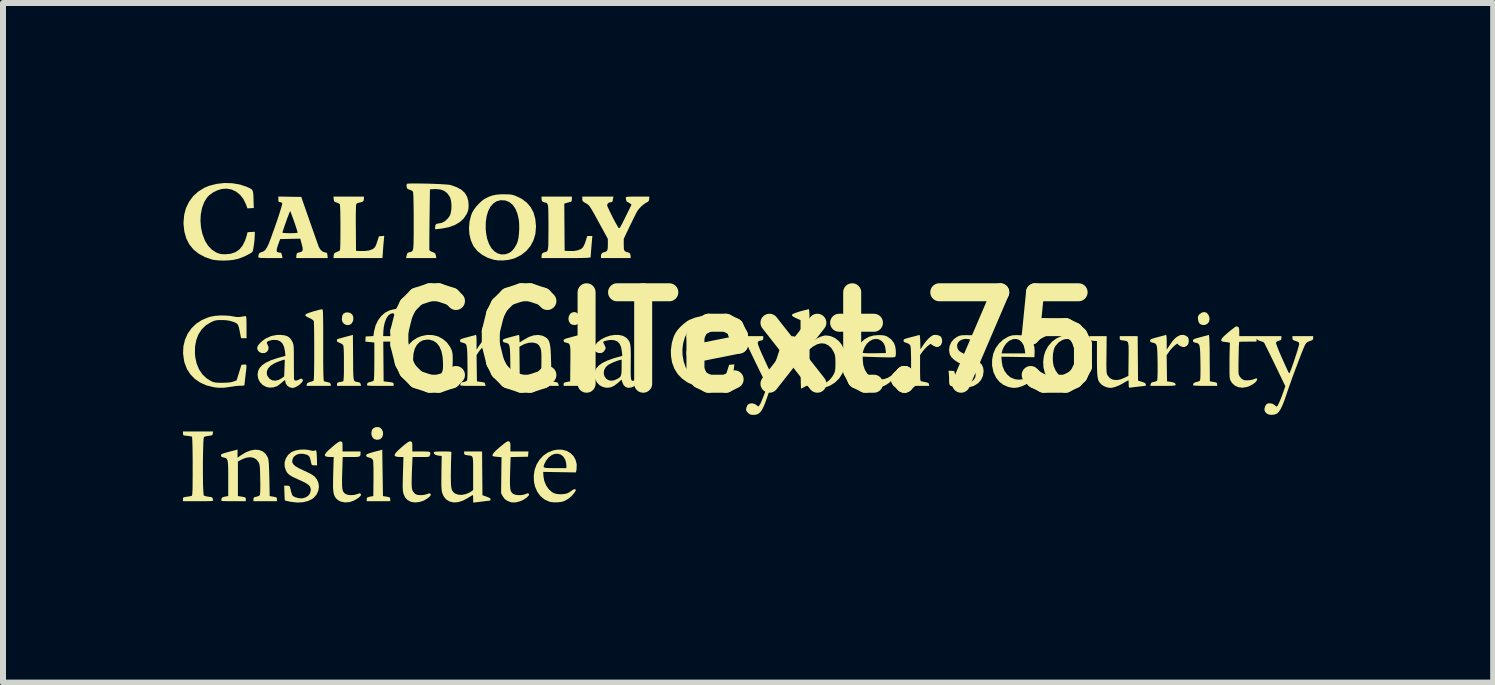
<source format=kicad_pcb>
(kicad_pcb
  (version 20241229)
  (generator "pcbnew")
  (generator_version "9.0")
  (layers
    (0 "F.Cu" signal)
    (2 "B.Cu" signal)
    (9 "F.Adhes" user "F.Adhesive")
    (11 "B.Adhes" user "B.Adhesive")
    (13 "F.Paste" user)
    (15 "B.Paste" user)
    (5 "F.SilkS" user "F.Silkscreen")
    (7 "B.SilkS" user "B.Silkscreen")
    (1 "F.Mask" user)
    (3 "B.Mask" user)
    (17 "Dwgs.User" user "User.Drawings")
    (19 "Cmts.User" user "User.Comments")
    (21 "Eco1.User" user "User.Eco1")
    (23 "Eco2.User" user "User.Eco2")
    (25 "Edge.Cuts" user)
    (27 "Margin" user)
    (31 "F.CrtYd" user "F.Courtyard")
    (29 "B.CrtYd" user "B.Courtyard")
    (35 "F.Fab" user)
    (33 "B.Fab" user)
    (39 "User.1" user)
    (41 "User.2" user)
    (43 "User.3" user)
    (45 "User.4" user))
  (footprint "CCIText.75"
    (layer "F.Cu")
    (at 9.303 2.656)
    (property "Reference" "CCIText.75" (at 0 0 0) (layer "F.SilkS") (effects (font (size 1.524 1.524) (thickness 0.3))))
    (attr board_only exclude_from_pos_files exclude_from_bom)
    (fp_poly (pts (xy -6.517 -0.491) (xy -6.483 -0.465) (xy -6.465 -0.426) (xy -6.465 -0.376) (xy -6.471 -0.351) (xy -6.494 -0.313) (xy -6.528 -0.291) (xy -6.569 -0.287) (xy -6.609 -0.302) (xy -6.627 -0.316) (xy -6.647 -0.344) (xy -6.655 -0.38) (xy -6.655 -0.395) (xy -6.648 -0.447) (xy -6.626 -0.481) (xy -6.589 -0.498) (xy -6.565 -0.5)) (stroke (width 0) (type solid)) (fill yes) (layer "F.SilkS"))
    (fp_poly (pts (xy -6.025 1.418) (xy -5.992 1.446) (xy -5.972 1.486) (xy -5.968 1.531) (xy -5.98 1.574) (xy -5.999 1.601) (xy -6.033 1.62) (xy -6.075 1.624) (xy -6.115 1.612) (xy -6.137 1.595) (xy -6.157 1.559) (xy -6.164 1.513) (xy -6.156 1.468) (xy -6.15 1.454) (xy -6.125 1.428) (xy -6.087 1.413) (xy -6.047 1.412)) (stroke (width 0) (type solid)) (fill yes) (layer "F.SilkS"))
    (fp_poly (pts (xy -2.749 -0.498) (xy -2.715 -0.472) (xy -2.693 -0.447) (xy -2.685 -0.425) (xy -2.685 -0.393) (xy -2.686 -0.383) (xy -2.699 -0.333) (xy -2.727 -0.302) (xy -2.769 -0.288) (xy -2.782 -0.288) (xy -2.827 -0.298) (xy -2.85 -0.316) (xy -2.872 -0.352) (xy -2.879 -0.395) (xy -2.871 -0.439) (xy -2.85 -0.475) (xy -2.825 -0.494) (xy -2.784 -0.506)) (stroke (width 0) (type solid)) (fill yes) (layer "F.SilkS"))
    (fp_poly (pts (xy 7.758 -0.493) (xy 7.786 -0.464) (xy 7.803 -0.42) (xy 7.807 -0.385) (xy 7.797 -0.342) (xy 7.771 -0.31) (xy 7.734 -0.291) (xy 7.693 -0.288) (xy 7.653 -0.303) (xy 7.645 -0.308) (xy 7.624 -0.339) (xy 7.614 -0.383) (xy 7.612 -0.418) (xy 7.618 -0.442) (xy 7.636 -0.465) (xy 7.643 -0.472) (xy 7.683 -0.499) (xy 7.722 -0.505)) (stroke (width 0) (type solid)) (fill yes) (layer "F.SilkS"))
    (fp_poly (pts (xy -5.97 2.562) (xy -5.91 2.572) (xy -5.874 2.579) (xy -5.856 2.587) (xy -5.85 2.6) (xy -5.849 2.615) (xy -5.849 2.648) (xy -6.241 2.648) (xy -6.241 2.616) (xy -6.238 2.595) (xy -6.228 2.584) (xy -6.203 2.576) (xy -6.186 2.572) (xy -6.131 2.562) (xy -6.128 2.278) (xy -6.128 2.189) (xy -6.128 2.111) (xy -6.13 2.046) (xy -6.132 1.998) (xy -6.135 1.97) (xy -6.136 1.964) (xy -6.152 1.942) (xy -6.181 1.926) (xy -6.2 1.92) (xy -6.233 1.91) (xy -6.248 1.898) (xy -6.25 1.883) (xy -6.245 1.872) (xy -6.231 1.862) (xy -6.205 1.851) (xy -6.163 1.838) (xy -6.114 1.824) (xy -5.982 1.789)) (stroke (width 0) (type solid)) (fill yes) (layer "F.SilkS"))
    (fp_poly (pts (xy -6.468 0.256) (xy -6.467 0.361) (xy -6.467 0.446) (xy -6.465 0.513) (xy -6.463 0.563) (xy -6.46 0.6) (xy -6.454 0.625) (xy -6.447 0.642) (xy -6.436 0.651) (xy -6.423 0.656) (xy -6.405 0.659) (xy -6.389 0.662) (xy -6.359 0.67) (xy -6.344 0.686) (xy -6.341 0.697) (xy -6.336 0.725) (xy -6.736 0.725) (xy -6.736 0.697) (xy -6.732 0.678) (xy -6.716 0.667) (xy -6.693 0.662) (xy -6.66 0.656) (xy -6.637 0.651) (xy -6.635 0.65) (xy -6.63 0.643) (xy -6.627 0.624) (xy -6.624 0.591) (xy -6.622 0.542) (xy -6.621 0.475) (xy -6.621 0.388) (xy -6.621 0.354) (xy -6.621 0.256) (xy -6.622 0.179) (xy -6.624 0.121) (xy -6.627 0.08) (xy -6.631 0.054) (xy -6.635 0.043) (xy -6.655 0.027) (xy -6.686 0.011) (xy -6.695 0.007) (xy -6.726 -0.006) (xy -6.738 -0.021) (xy -6.738 -0.03) (xy -6.733 -0.049) (xy -6.732 -0.054) (xy -6.721 -0.057) (xy -6.692 -0.065) (xy -6.649 -0.077) (xy -6.601 -0.09) (xy -6.471 -0.125)) (stroke (width 0) (type solid)) (fill yes) (layer "F.SilkS"))
    (fp_poly (pts (xy -2.693 -0.119) (xy -2.69 -0.109) (xy -2.687 -0.09) (xy -2.685 -0.06) (xy -2.684 -0.017) (xy -2.683 0.042) (xy -2.683 0.118) (xy -2.683 0.213) (xy -2.683 0.259) (xy -2.683 0.369) (xy -2.682 0.457) (xy -2.681 0.527) (xy -2.679 0.579) (xy -2.677 0.615) (xy -2.674 0.637) (xy -2.67 0.648) (xy -2.668 0.65) (xy -2.648 0.654) (xy -2.617 0.662) (xy -2.608 0.664) (xy -2.576 0.674) (xy -2.561 0.689) (xy -2.558 0.699) (xy -2.555 0.725) (xy -2.959 0.725) (xy -2.959 0.698) (xy -2.956 0.68) (xy -2.943 0.67) (xy -2.914 0.662) (xy -2.904 0.66) (xy -2.85 0.65) (xy -2.847 0.352) (xy -2.846 0.256) (xy -2.846 0.18) (xy -2.847 0.122) (xy -2.85 0.08) (xy -2.856 0.05) (xy -2.864 0.03) (xy -2.876 0.018) (xy -2.893 0.011) (xy -2.914 0.006) (xy -2.92 0.005) (xy -2.948 -0.004) (xy -2.958 -0.02) (xy -2.959 -0.028) (xy -2.957 -0.04) (xy -2.948 -0.05) (xy -2.927 -0.06) (xy -2.892 -0.071) (xy -2.841 -0.085) (xy -2.79 -0.099) (xy -2.746 -0.11) (xy -2.715 -0.119) (xy -2.703 -0.122) (xy -2.697 -0.123)) (stroke (width 0) (type solid)) (fill yes) (layer "F.SilkS"))
    (fp_poly (pts (xy 7.796 -0.12) (xy 7.799 -0.106) (xy 7.802 -0.078) (xy 7.804 -0.036) (xy 7.806 0.023) (xy 7.808 0.1) (xy 7.809 0.198) (xy 7.809 0.261) (xy 7.812 0.65) (xy 7.873 0.66) (xy 7.908 0.667) (xy 7.926 0.675) (xy 7.933 0.688) (xy 7.933 0.697) (xy 7.933 0.725) (xy 7.732 0.725) (xy 7.664 0.725) (xy 7.606 0.723) (xy 7.563 0.721) (xy 7.537 0.718) (xy 7.53 0.715) (xy 7.539 0.684) (xy 7.567 0.666) (xy 7.589 0.661) (xy 7.621 0.652) (xy 7.643 0.641) (xy 7.646 0.638) (xy 7.65 0.622) (xy 7.654 0.586) (xy 7.655 0.53) (xy 7.656 0.451) (xy 7.655 0.351) (xy 7.655 0.341) (xy 7.653 0.247) (xy 7.651 0.173) (xy 7.648 0.117) (xy 7.643 0.076) (xy 7.636 0.047) (xy 7.625 0.028) (xy 7.611 0.017) (xy 7.592 0.01) (xy 7.569 0.005) (xy 7.541 -0.004) (xy 7.531 -0.02) (xy 7.53 -0.028) (xy 7.532 -0.04) (xy 7.541 -0.05) (xy 7.561 -0.059) (xy 7.594 -0.07) (xy 7.646 -0.084) (xy 7.654 -0.086) (xy 7.705 -0.1) (xy 7.749 -0.111) (xy 7.78 -0.12) (xy 7.792 -0.124)) (stroke (width 0) (type solid)) (fill yes) (layer "F.SilkS"))
    (fp_poly (pts (xy -3.876 1.65) (xy -3.869 1.652) (xy -3.857 1.659) (xy -3.85 1.672) (xy -3.846 1.698) (xy -3.846 1.739) (xy -3.846 1.819) (xy -3.545 1.819) (xy -3.549 1.862) (xy -3.552 1.906) (xy -3.842 1.912) (xy -3.851 2.169) (xy -3.853 2.264) (xy -3.854 2.339) (xy -3.852 2.397) (xy -3.848 2.44) (xy -3.841 2.472) (xy -3.83 2.495) (xy -3.815 2.513) (xy -3.795 2.528) (xy -3.794 2.528) (xy -3.758 2.542) (xy -3.709 2.547) (xy -3.657 2.545) (xy -3.61 2.535) (xy -3.594 2.528) (xy -3.56 2.516) (xy -3.54 2.521) (xy -3.535 2.539) (xy -3.545 2.558) (xy -3.57 2.583) (xy -3.607 2.61) (xy -3.649 2.634) (xy -3.682 2.648) (xy -3.759 2.668) (xy -3.829 2.667) (xy -3.892 2.645) (xy -3.941 2.611) (xy -3.972 2.568) (xy -4.001 2.516) (xy -3.998 2.215) (xy -3.994 1.915) (xy -4.065 1.908) (xy -4.103 1.904) (xy -4.131 1.899) (xy -4.142 1.896) (xy -4.145 1.877) (xy -4.129 1.847) (xy -4.094 1.809) (xy -4.04 1.761) (xy -4.035 1.756) (xy -3.982 1.713) (xy -3.945 1.683) (xy -3.918 1.664) (xy -3.9 1.653) (xy -3.887 1.649)) (stroke (width 0) (type solid)) (fill yes) (layer "F.SilkS"))
    (fp_poly (pts (xy -6.287 -2.398) (xy -6.291 -2.365) (xy -6.306 -2.346) (xy -6.336 -2.335) (xy -6.352 -2.332) (xy -6.385 -2.324) (xy -6.409 -2.313) (xy -6.413 -2.309) (xy -6.417 -2.294) (xy -6.42 -2.257) (xy -6.421 -2.199) (xy -6.423 -2.119) (xy -6.423 -2.017) (xy -6.422 -1.91) (xy -6.419 -1.526) (xy -6.356 -1.522) (xy -6.275 -1.522) (xy -6.204 -1.531) (xy -6.15 -1.55) (xy -6.135 -1.558) (xy -6.113 -1.576) (xy -6.096 -1.6) (xy -6.08 -1.636) (xy -6.067 -1.675) (xy -6.037 -1.767) (xy -5.993 -1.771) (xy -5.949 -1.775) (xy -5.956 -1.696) (xy -5.961 -1.647) (xy -5.966 -1.586) (xy -5.97 -1.524) (xy -5.971 -1.511) (xy -5.979 -1.405) (xy -6.795 -1.405) (xy -6.791 -1.447) (xy -6.786 -1.475) (xy -6.773 -1.491) (xy -6.745 -1.504) (xy -6.742 -1.505) (xy -6.711 -1.518) (xy -6.69 -1.531) (xy -6.688 -1.534) (xy -6.685 -1.55) (xy -6.683 -1.585) (xy -6.681 -1.636) (xy -6.68 -1.7) (xy -6.679 -1.774) (xy -6.679 -1.854) (xy -6.679 -1.936) (xy -6.679 -2.018) (xy -6.68 -2.095) (xy -6.681 -2.165) (xy -6.683 -2.224) (xy -6.685 -2.269) (xy -6.688 -2.296) (xy -6.689 -2.302) (xy -6.707 -2.316) (xy -6.736 -2.329) (xy -6.744 -2.331) (xy -6.773 -2.342) (xy -6.786 -2.357) (xy -6.791 -2.385) (xy -6.791 -2.387) (xy -6.795 -2.429) (xy -6.287 -2.429)) (stroke (width 0) (type solid)) (fill yes) (layer "F.SilkS"))
    (fp_poly (pts (xy -2.821 -2.389) (xy -2.825 -2.36) (xy -2.834 -2.345) (xy -2.835 -2.344) (xy -2.855 -2.339) (xy -2.886 -2.33) (xy -2.899 -2.327) (xy -2.948 -2.313) (xy -2.945 -1.919) (xy -2.942 -1.526) (xy -2.867 -1.522) (xy -2.787 -1.523) (xy -2.719 -1.535) (xy -2.667 -1.557) (xy -2.645 -1.575) (xy -2.627 -1.602) (xy -2.607 -1.644) (xy -2.591 -1.69) (xy -2.565 -1.773) (xy -2.48 -1.773) (xy -2.495 -1.603) (xy -2.5 -1.542) (xy -2.504 -1.489) (xy -2.507 -1.448) (xy -2.509 -1.423) (xy -2.509 -1.419) (xy -2.514 -1.415) (xy -2.53 -1.412) (xy -2.559 -1.409) (xy -2.601 -1.407) (xy -2.661 -1.406) (xy -2.738 -1.405) (xy -2.835 -1.405) (xy -2.919 -1.405) (xy -3.328 -1.405) (xy -3.327 -1.436) (xy -3.322 -1.471) (xy -3.305 -1.491) (xy -3.276 -1.502) (xy -3.259 -1.506) (xy -3.245 -1.511) (xy -3.235 -1.519) (xy -3.227 -1.532) (xy -3.221 -1.553) (xy -3.217 -1.584) (xy -3.214 -1.628) (xy -3.213 -1.686) (xy -3.213 -1.761) (xy -3.212 -1.856) (xy -3.212 -1.917) (xy -3.212 -2.023) (xy -3.213 -2.109) (xy -3.214 -2.176) (xy -3.215 -2.228) (xy -3.218 -2.265) (xy -3.223 -2.292) (xy -3.23 -2.309) (xy -3.239 -2.32) (xy -3.251 -2.326) (xy -3.266 -2.33) (xy -3.276 -2.332) (xy -3.309 -2.345) (xy -3.324 -2.367) (xy -3.327 -2.398) (xy -3.328 -2.429) (xy -2.821 -2.429)) (stroke (width 0) (type solid)) (fill yes) (layer "F.SilkS"))
    (fp_poly (pts (xy 5.526 -0.121) (xy 5.584 -0.108) (xy 5.643 -0.083) (xy 5.688 -0.046) (xy 5.719 -0.003) (xy 5.731 0.044) (xy 5.724 0.092) (xy 5.721 0.099) (xy 5.695 0.128) (xy 5.656 0.145) (xy 5.612 0.147) (xy 5.602 0.145) (xy 5.571 0.126) (xy 5.545 0.091) (xy 5.53 0.046) (xy 5.527 0.016) (xy 5.525 -0.016) (xy 5.516 -0.033) (xy 5.494 -0.044) (xy 5.49 -0.045) (xy 5.438 -0.057) (xy 5.389 -0.051) (xy 5.357 -0.04) (xy 5.294 -0.002) (xy 5.243 0.055) (xy 5.224 0.086) (xy 5.208 0.134) (xy 5.197 0.196) (xy 5.194 0.265) (xy 5.197 0.333) (xy 5.208 0.392) (xy 5.208 0.393) (xy 5.242 0.472) (xy 5.289 0.536) (xy 5.347 0.583) (xy 5.413 0.612) (xy 5.484 0.623) (xy 5.558 0.613) (xy 5.631 0.583) (xy 5.654 0.568) (xy 5.694 0.545) (xy 5.719 0.537) (xy 5.73 0.545) (xy 5.724 0.569) (xy 5.712 0.591) (xy 5.66 0.655) (xy 5.593 0.704) (xy 5.515 0.738) (xy 5.431 0.755) (xy 5.347 0.753) (xy 5.304 0.744) (xy 5.225 0.71) (xy 5.157 0.659) (xy 5.103 0.591) (xy 5.063 0.512) (xy 5.039 0.422) (xy 5.034 0.325) (xy 5.035 0.312) (xy 5.046 0.227) (xy 5.068 0.154) (xy 5.104 0.085) (xy 5.12 0.06) (xy 5.182 -0.012) (xy 5.258 -0.067) (xy 5.343 -0.105) (xy 5.434 -0.123)) (stroke (width 0) (type solid)) (fill yes) (layer "F.SilkS"))
    (fp_poly (pts (xy -6.982 -0.551) (xy -6.978 -0.547) (xy -6.975 -0.537) (xy -6.972 -0.52) (xy -6.97 -0.495) (xy -6.969 -0.458) (xy -6.968 -0.409) (xy -6.967 -0.346) (xy -6.966 -0.267) (xy -6.966 -0.169) (xy -6.966 -0.052) (xy -6.966 0.046) (xy -6.966 0.185) (xy -6.966 0.302) (xy -6.965 0.399) (xy -6.964 0.478) (xy -6.963 0.54) (xy -6.961 0.586) (xy -6.959 0.619) (xy -6.956 0.639) (xy -6.953 0.648) (xy -6.952 0.65) (xy -6.932 0.654) (xy -6.9 0.662) (xy -6.891 0.664) (xy -6.859 0.674) (xy -6.844 0.689) (xy -6.841 0.699) (xy -6.838 0.725) (xy -7.244 0.725) (xy -7.24 0.699) (xy -7.231 0.68) (xy -7.206 0.667) (xy -7.191 0.662) (xy -7.158 0.653) (xy -7.134 0.643) (xy -7.13 0.641) (xy -7.126 0.634) (xy -7.123 0.615) (xy -7.121 0.585) (xy -7.119 0.54) (xy -7.118 0.479) (xy -7.117 0.401) (xy -7.116 0.303) (xy -7.116 0.184) (xy -7.116 0.152) (xy -7.116 0.048) (xy -7.116 -0.049) (xy -7.117 -0.137) (xy -7.118 -0.214) (xy -7.119 -0.276) (xy -7.121 -0.321) (xy -7.122 -0.348) (xy -7.123 -0.353) (xy -7.14 -0.374) (xy -7.179 -0.398) (xy -7.198 -0.407) (xy -7.239 -0.426) (xy -7.261 -0.443) (xy -7.264 -0.458) (xy -7.247 -0.474) (xy -7.209 -0.49) (xy -7.149 -0.51) (xy -7.133 -0.515) (xy -7.08 -0.529) (xy -7.035 -0.542) (xy -7.001 -0.549) (xy -6.986 -0.552)) (stroke (width 0) (type solid)) (fill yes) (layer "F.SilkS"))
    (fp_poly (pts (xy -6.672 1.651) (xy -6.671 1.651) (xy -6.657 1.657) (xy -6.648 1.667) (xy -6.645 1.688) (xy -6.644 1.725) (xy -6.644 1.739) (xy -6.644 1.819) (xy -6.344 1.819) (xy -6.344 1.847) (xy -6.345 1.873) (xy -6.35 1.891) (xy -6.363 1.902) (xy -6.387 1.908) (xy -6.426 1.911) (xy -6.484 1.911) (xy -6.499 1.911) (xy -6.641 1.911) (xy -6.649 2.168) (xy -6.652 2.263) (xy -6.652 2.338) (xy -6.651 2.396) (xy -6.647 2.439) (xy -6.639 2.471) (xy -6.628 2.495) (xy -6.612 2.513) (xy -6.592 2.528) (xy -6.592 2.528) (xy -6.554 2.542) (xy -6.504 2.547) (xy -6.449 2.543) (xy -6.399 2.529) (xy -6.397 2.529) (xy -6.366 2.518) (xy -6.35 2.518) (xy -6.342 2.524) (xy -6.336 2.541) (xy -6.342 2.557) (xy -6.363 2.578) (xy -6.389 2.599) (xy -6.457 2.639) (xy -6.529 2.663) (xy -6.602 2.668) (xy -6.67 2.655) (xy -6.685 2.649) (xy -6.721 2.628) (xy -6.75 2.602) (xy -6.756 2.595) (xy -6.772 2.57) (xy -6.784 2.543) (xy -6.793 2.512) (xy -6.798 2.472) (xy -6.802 2.421) (xy -6.802 2.356) (xy -6.801 2.273) (xy -6.799 2.185) (xy -6.791 1.911) (xy -6.831 1.911) (xy -6.885 1.909) (xy -6.921 1.902) (xy -6.938 1.888) (xy -6.936 1.867) (xy -6.915 1.836) (xy -6.876 1.796) (xy -6.818 1.745) (xy -6.768 1.703) (xy -6.731 1.675) (xy -6.706 1.659) (xy -6.687 1.651)) (stroke (width 0) (type solid)) (fill yes) (layer "F.SilkS"))
    (fp_poly (pts (xy 4.68 -0.116) (xy 4.739 -0.101) (xy 4.788 -0.073) (xy 4.834 -0.03) (xy 4.834 -0.03) (xy 4.868 0.02) (xy 4.887 0.078) (xy 4.892 0.148) (xy 4.891 0.173) (xy 4.888 0.248) (xy 4.337 0.239) (xy 4.343 0.318) (xy 4.358 0.403) (xy 4.39 0.477) (xy 4.435 0.538) (xy 4.491 0.585) (xy 4.557 0.613) (xy 4.621 0.622) (xy 4.694 0.615) (xy 4.755 0.594) (xy 4.804 0.563) (xy 4.84 0.539) (xy 4.864 0.531) (xy 4.876 0.538) (xy 4.876 0.555) (xy 4.865 0.582) (xy 4.844 0.614) (xy 4.812 0.651) (xy 4.787 0.674) (xy 4.739 0.705) (xy 4.678 0.732) (xy 4.613 0.752) (xy 4.555 0.759) (xy 4.55 0.759) (xy 4.512 0.756) (xy 4.468 0.747) (xy 4.452 0.743) (xy 4.374 0.711) (xy 4.306 0.659) (xy 4.25 0.591) (xy 4.21 0.508) (xy 4.203 0.488) (xy 4.182 0.386) (xy 4.183 0.286) (xy 4.202 0.189) (xy 4.204 0.184) (xy 4.34 0.184) (xy 4.735 0.184) (xy 4.727 0.124) (xy 4.71 0.053) (xy 4.679 -0.001) (xy 4.638 -0.038) (xy 4.589 -0.056) (xy 4.534 -0.054) (xy 4.475 -0.03) (xy 4.467 -0.025) (xy 4.422 0.014) (xy 4.383 0.067) (xy 4.355 0.128) (xy 4.348 0.153) (xy 4.34 0.184) (xy 4.204 0.184) (xy 4.24 0.1) (xy 4.295 0.022) (xy 4.366 -0.044) (xy 4.442 -0.09) (xy 4.481 -0.106) (xy 4.517 -0.116) (xy 4.56 -0.12) (xy 4.606 -0.121)) (stroke (width 0) (type solid)) (fill yes) (layer "F.SilkS"))
    (fp_poly (pts (xy -5.139 -0.121) (xy -5.052 -0.099) (xy -4.973 -0.057) (xy -4.905 0.001) (xy -4.851 0.076) (xy -4.838 0.102) (xy -4.824 0.134) (xy -4.815 0.163) (xy -4.81 0.196) (xy -4.808 0.24) (xy -4.807 0.294) (xy -4.808 0.351) (xy -4.81 0.393) (xy -4.815 0.425) (xy -4.824 0.454) (xy -4.839 0.488) (xy -4.843 0.496) (xy -4.896 0.586) (xy -4.961 0.657) (xy -5.04 0.709) (xy -5.129 0.742) (xy -5.202 0.756) (xy -5.266 0.757) (xy -5.333 0.744) (xy -5.366 0.733) (xy -5.452 0.693) (xy -5.522 0.636) (xy -5.575 0.564) (xy -5.612 0.478) (xy -5.631 0.378) (xy -5.633 0.322) (xy -5.629 0.279) (xy -5.468 0.279) (xy -5.465 0.339) (xy -5.449 0.442) (xy -5.421 0.528) (xy -5.381 0.596) (xy -5.33 0.645) (xy -5.311 0.656) (xy -5.255 0.675) (xy -5.192 0.678) (xy -5.131 0.665) (xy -5.081 0.638) (xy -5.051 0.607) (xy -5.02 0.566) (xy -5.003 0.535) (xy -4.987 0.501) (xy -4.977 0.472) (xy -4.971 0.441) (xy -4.969 0.4) (xy -4.969 0.351) (xy -4.976 0.24) (xy -4.996 0.147) (xy -5.028 0.071) (xy -5.073 0.013) (xy -5.129 -0.025) (xy -5.195 -0.044) (xy -5.229 -0.046) (xy -5.299 -0.036) (xy -5.358 -0.006) (xy -5.405 0.042) (xy -5.44 0.106) (xy -5.461 0.186) (xy -5.468 0.279) (xy -5.629 0.279) (xy -5.623 0.219) (xy -5.594 0.125) (xy -5.545 0.044) (xy -5.48 -0.024) (xy -5.398 -0.077) (xy -5.327 -0.105) (xy -5.232 -0.124)) (stroke (width 0) (type solid)) (fill yes) (layer "F.SilkS"))
    (fp_poly (pts (xy -8.806 1.518) (xy -8.81 1.538) (xy -8.821 1.548) (xy -8.844 1.554) (xy -8.873 1.558) (xy -8.912 1.564) (xy -8.942 1.572) (xy -8.953 1.578) (xy -8.957 1.593) (xy -8.961 1.627) (xy -8.964 1.679) (xy -8.966 1.745) (xy -8.968 1.822) (xy -8.97 1.907) (xy -8.971 1.997) (xy -8.971 2.09) (xy -8.971 2.182) (xy -8.97 2.269) (xy -8.969 2.351) (xy -8.967 2.422) (xy -8.964 2.481) (xy -8.961 2.524) (xy -8.957 2.549) (xy -8.955 2.553) (xy -8.936 2.561) (xy -8.903 2.569) (xy -8.876 2.573) (xy -8.838 2.578) (xy -8.817 2.586) (xy -8.808 2.599) (xy -8.805 2.608) (xy -8.803 2.632) (xy -8.806 2.642) (xy -8.819 2.644) (xy -8.851 2.646) (xy -8.9 2.647) (xy -8.961 2.648) (xy -9.031 2.648) (xy -9.058 2.648) (xy -9.303 2.648) (xy -9.303 2.615) (xy -9.302 2.595) (xy -9.293 2.584) (xy -9.272 2.578) (xy -9.243 2.574) (xy -9.204 2.568) (xy -9.173 2.563) (xy -9.162 2.56) (xy -9.157 2.558) (xy -9.153 2.551) (xy -9.15 2.54) (xy -9.148 2.52) (xy -9.146 2.491) (xy -9.144 2.45) (xy -9.143 2.395) (xy -9.143 2.324) (xy -9.142 2.235) (xy -9.142 2.126) (xy -9.142 2.067) (xy -9.142 1.955) (xy -9.143 1.854) (xy -9.144 1.765) (xy -9.146 1.69) (xy -9.148 1.632) (xy -9.15 1.593) (xy -9.152 1.574) (xy -9.153 1.572) (xy -9.169 1.568) (xy -9.201 1.562) (xy -9.233 1.558) (xy -9.272 1.554) (xy -9.293 1.548) (xy -9.302 1.538) (xy -9.303 1.521) (xy -9.303 1.518) (xy -9.303 1.485) (xy -8.801 1.485)) (stroke (width 0) (type solid)) (fill yes) (layer "F.SilkS"))
    (fp_poly (pts (xy -5.509 1.651) (xy -5.494 1.657) (xy -5.486 1.667) (xy -5.482 1.688) (xy -5.481 1.724) (xy -5.481 1.739) (xy -5.481 1.819) (xy -5.331 1.819) (xy -5.268 1.819) (xy -5.224 1.821) (xy -5.197 1.825) (xy -5.184 1.834) (xy -5.18 1.848) (xy -5.184 1.87) (xy -5.189 1.885) (xy -5.193 1.896) (xy -5.2 1.904) (xy -5.215 1.908) (xy -5.242 1.91) (xy -5.285 1.911) (xy -5.336 1.911) (xy -5.477 1.911) (xy -5.485 2.093) (xy -5.489 2.193) (xy -5.491 2.273) (xy -5.492 2.336) (xy -5.491 2.384) (xy -5.489 2.419) (xy -5.485 2.446) (xy -5.478 2.466) (xy -5.47 2.483) (xy -5.47 2.483) (xy -5.448 2.512) (xy -5.423 2.533) (xy -5.421 2.534) (xy -5.385 2.544) (xy -5.336 2.547) (xy -5.284 2.542) (xy -5.238 2.53) (xy -5.234 2.529) (xy -5.203 2.518) (xy -5.187 2.518) (xy -5.179 2.524) (xy -5.173 2.541) (xy -5.179 2.557) (xy -5.2 2.578) (xy -5.226 2.599) (xy -5.29 2.638) (xy -5.361 2.661) (xy -5.432 2.669) (xy -5.496 2.66) (xy -5.515 2.653) (xy -5.567 2.623) (xy -5.602 2.582) (xy -5.626 2.529) (xy -5.632 2.508) (xy -5.636 2.485) (xy -5.639 2.456) (xy -5.641 2.419) (xy -5.641 2.369) (xy -5.64 2.304) (xy -5.638 2.22) (xy -5.637 2.191) (xy -5.629 1.911) (xy -5.669 1.911) (xy -5.723 1.909) (xy -5.758 1.902) (xy -5.775 1.888) (xy -5.773 1.866) (xy -5.752 1.836) (xy -5.712 1.795) (xy -5.656 1.745) (xy -5.606 1.703) (xy -5.57 1.675) (xy -5.544 1.658) (xy -5.526 1.651) (xy -5.511 1.651)) (stroke (width 0) (type solid)) (fill yes) (layer "F.SilkS"))
    (fp_poly (pts (xy -2.911 1.808) (xy -2.847 1.844) (xy -2.795 1.895) (xy -2.76 1.958) (xy -2.741 2.031) (xy -2.743 2.111) (xy -2.745 2.125) (xy -2.754 2.168) (xy -3.299 2.159) (xy -3.296 2.227) (xy -3.282 2.308) (xy -3.252 2.382) (xy -3.208 2.446) (xy -3.153 2.496) (xy -3.113 2.517) (xy -3.068 2.528) (xy -3.012 2.532) (xy -2.954 2.529) (xy -2.906 2.519) (xy -2.899 2.516) (xy -2.861 2.497) (xy -2.825 2.472) (xy -2.823 2.47) (xy -2.795 2.451) (xy -2.772 2.447) (xy -2.77 2.448) (xy -2.758 2.454) (xy -2.754 2.462) (xy -2.761 2.477) (xy -2.779 2.504) (xy -2.787 2.516) (xy -2.833 2.569) (xy -2.895 2.616) (xy -2.953 2.647) (xy -2.996 2.659) (xy -3.053 2.666) (xy -3.113 2.667) (xy -3.168 2.662) (xy -3.199 2.655) (xy -3.28 2.617) (xy -3.347 2.561) (xy -3.399 2.489) (xy -3.436 2.402) (xy -3.453 2.325) (xy -3.457 2.222) (xy -3.442 2.124) (xy -3.42 2.066) (xy -3.293 2.066) (xy -3.29 2.08) (xy -3.276 2.088) (xy -3.249 2.093) (xy -3.206 2.095) (xy -3.143 2.096) (xy -3.103 2.096) (xy -2.913 2.096) (xy -2.913 2.047) (xy -2.919 2.004) (xy -2.931 1.959) (xy -2.936 1.949) (xy -2.968 1.9) (xy -3.01 1.869) (xy -3.059 1.856) (xy -3.11 1.86) (xy -3.161 1.881) (xy -3.209 1.918) (xy -3.251 1.971) (xy -3.275 2.018) (xy -3.287 2.046) (xy -3.293 2.066) (xy -3.42 2.066) (xy -3.409 2.034) (xy -3.359 1.954) (xy -3.296 1.887) (xy -3.22 1.835) (xy -3.133 1.801) (xy -3.072 1.789) (xy -2.987 1.789)) (stroke (width 0) (type solid)) (fill yes) (layer "F.SilkS"))
    (fp_poly (pts (xy 7.414 -0.11) (xy 7.442 -0.09) (xy 7.456 -0.064) (xy 7.461 -0.024) (xy 7.461 -0.016) (xy 7.452 0.028) (xy 7.426 0.06) (xy 7.39 0.077) (xy 7.361 0.077) (xy 7.325 0.065) (xy 7.294 0.046) (xy 7.293 0.045) (xy 7.267 0.02) (xy 7.222 0.056) (xy 7.19 0.086) (xy 7.155 0.125) (xy 7.134 0.153) (xy 7.092 0.214) (xy 7.098 0.65) (xy 7.161 0.659) (xy 7.206 0.669) (xy 7.232 0.683) (xy 7.242 0.704) (xy 7.242 0.711) (xy 7.237 0.716) (xy 7.219 0.72) (xy 7.185 0.723) (xy 7.135 0.725) (xy 7.065 0.725) (xy 7.031 0.725) (xy 6.82 0.725) (xy 6.825 0.697) (xy 6.834 0.676) (xy 6.854 0.665) (xy 6.875 0.661) (xy 6.907 0.652) (xy 6.929 0.641) (xy 6.932 0.639) (xy 6.936 0.621) (xy 6.939 0.581) (xy 6.941 0.517) (xy 6.941 0.431) (xy 6.941 0.342) (xy 6.939 0.247) (xy 6.937 0.173) (xy 6.934 0.117) (xy 6.93 0.076) (xy 6.922 0.047) (xy 6.911 0.028) (xy 6.897 0.017) (xy 6.878 0.01) (xy 6.855 0.005) (xy 6.827 -0.004) (xy 6.817 -0.02) (xy 6.816 -0.028) (xy 6.818 -0.04) (xy 6.827 -0.05) (xy 6.847 -0.059) (xy 6.88 -0.07) (xy 6.932 -0.084) (xy 6.94 -0.086) (xy 6.991 -0.1) (xy 7.035 -0.111) (xy 7.066 -0.12) (xy 7.078 -0.124) (xy 7.085 -0.121) (xy 7.089 -0.103) (xy 7.092 -0.069) (xy 7.093 -0.016) (xy 7.093 -0.004) (xy 7.093 0.121) (xy 7.136 0.057) (xy 7.172 0.004) (xy 7.201 -0.034) (xy 7.227 -0.062) (xy 7.253 -0.084) (xy 7.271 -0.097) (xy 7.323 -0.122) (xy 7.374 -0.124)) (stroke (width 0) (type solid)) (fill yes) (layer "F.SilkS"))
    (fp_poly (pts (xy -4.121 -0.123) (xy -4.088 -0.11) (xy -4.061 -0.09) (xy -4.046 -0.064) (xy -4.041 -0.024) (xy -4.041 -0.016) (xy -4.051 0.028) (xy -4.076 0.06) (xy -4.111 0.076) (xy -4.152 0.076) (xy -4.194 0.057) (xy -4.202 0.051) (xy -4.238 0.021) (xy -4.288 0.062) (xy -4.325 0.097) (xy -4.361 0.14) (xy -4.374 0.158) (xy -4.41 0.212) (xy -4.404 0.65) (xy -4.342 0.659) (xy -4.307 0.665) (xy -4.283 0.669) (xy -4.277 0.671) (xy -4.272 0.683) (xy -4.267 0.699) (xy -4.259 0.725) (xy -4.474 0.725) (xy -4.549 0.725) (xy -4.605 0.725) (xy -4.643 0.723) (xy -4.667 0.721) (xy -4.679 0.717) (xy -4.683 0.711) (xy -4.682 0.707) (xy -4.675 0.685) (xy -4.675 0.679) (xy -4.665 0.67) (xy -4.639 0.663) (xy -4.629 0.661) (xy -4.596 0.653) (xy -4.574 0.641) (xy -4.571 0.638) (xy -4.566 0.622) (xy -4.563 0.584) (xy -4.561 0.524) (xy -4.561 0.442) (xy -4.562 0.342) (xy -4.563 0.247) (xy -4.565 0.173) (xy -4.568 0.117) (xy -4.573 0.076) (xy -4.58 0.047) (xy -4.591 0.028) (xy -4.606 0.017) (xy -4.625 0.01) (xy -4.648 0.005) (xy -4.675 -0.004) (xy -4.686 -0.02) (xy -4.686 -0.028) (xy -4.684 -0.04) (xy -4.675 -0.05) (xy -4.656 -0.059) (xy -4.622 -0.07) (xy -4.57 -0.084) (xy -4.562 -0.086) (xy -4.511 -0.1) (xy -4.467 -0.111) (xy -4.436 -0.12) (xy -4.424 -0.124) (xy -4.418 -0.121) (xy -4.413 -0.103) (xy -4.411 -0.069) (xy -4.41 -0.016) (xy -4.41 -0.004) (xy -4.41 0.121) (xy -4.368 0.057) (xy -4.312 -0.019) (xy -4.261 -0.075) (xy -4.213 -0.11) (xy -4.167 -0.126)) (stroke (width 0) (type solid)) (fill yes) (layer "F.SilkS"))
    (fp_poly (pts (xy -3.898 -2.467) (xy -3.851 -2.465) (xy -3.814 -2.459) (xy -3.78 -2.449) (xy -3.759 -2.441) (xy -3.657 -2.392) (xy -3.573 -2.329) (xy -3.508 -2.253) (xy -3.46 -2.163) (xy -3.431 -2.058) (xy -3.42 -1.939) (xy -3.42 -1.92) (xy -3.43 -1.806) (xy -3.461 -1.701) (xy -3.511 -1.607) (xy -3.579 -1.525) (xy -3.663 -1.458) (xy -3.762 -1.407) (xy -3.794 -1.395) (xy -3.875 -1.375) (xy -3.965 -1.365) (xy -4.053 -1.366) (xy -4.12 -1.376) (xy -4.224 -1.409) (xy -4.317 -1.459) (xy -4.396 -1.522) (xy -4.457 -1.598) (xy -4.465 -1.61) (xy -4.505 -1.7) (xy -4.529 -1.801) (xy -4.536 -1.897) (xy -4.258 -1.897) (xy -4.252 -1.825) (xy -4.233 -1.725) (xy -4.202 -1.639) (xy -4.162 -1.569) (xy -4.112 -1.516) (xy -4.055 -1.481) (xy -3.993 -1.465) (xy -3.926 -1.469) (xy -3.861 -1.493) (xy -3.819 -1.525) (xy -3.779 -1.574) (xy -3.744 -1.633) (xy -3.724 -1.685) (xy -3.711 -1.744) (xy -3.703 -1.818) (xy -3.699 -1.898) (xy -3.7 -1.977) (xy -3.706 -2.047) (xy -3.707 -2.049) (xy -3.73 -2.148) (xy -3.764 -2.23) (xy -3.81 -2.294) (xy -3.866 -2.339) (xy -3.931 -2.365) (xy -4.004 -2.369) (xy -4.009 -2.369) (xy -4.075 -2.352) (xy -4.131 -2.315) (xy -4.179 -2.26) (xy -4.216 -2.189) (xy -4.242 -2.103) (xy -4.256 -2.005) (xy -4.258 -1.897) (xy -4.536 -1.897) (xy -4.536 -1.908) (xy -4.527 -2.015) (xy -4.501 -2.117) (xy -4.479 -2.171) (xy -4.45 -2.218) (xy -4.409 -2.27) (xy -4.361 -2.322) (xy -4.313 -2.365) (xy -4.278 -2.39) (xy -4.21 -2.425) (xy -4.145 -2.448) (xy -4.074 -2.462) (xy -3.991 -2.468) (xy -3.961 -2.468)) (stroke (width 0) (type solid)) (fill yes) (layer "F.SilkS"))
    (fp_poly (pts (xy 3.291 -0.116) (xy 3.325 -0.098) (xy 3.333 -0.089) (xy 3.349 -0.049) (xy 3.349 -0.003) (xy 3.333 0.038) (xy 3.322 0.052) (xy 3.288 0.075) (xy 3.25 0.077) (xy 3.206 0.058) (xy 3.198 0.053) (xy 3.157 0.025) (xy 3.115 0.056) (xy 3.086 0.082) (xy 3.052 0.118) (xy 3.028 0.148) (xy 2.982 0.21) (xy 2.982 0.427) (xy 2.982 0.503) (xy 2.983 0.558) (xy 2.984 0.597) (xy 2.986 0.623) (xy 2.99 0.638) (xy 2.996 0.645) (xy 3.003 0.649) (xy 3.008 0.65) (xy 3.061 0.661) (xy 3.095 0.669) (xy 3.115 0.676) (xy 3.125 0.684) (xy 3.129 0.694) (xy 3.13 0.7) (xy 3.133 0.725) (xy 2.717 0.725) (xy 2.717 0.698) (xy 2.722 0.677) (xy 2.741 0.665) (xy 2.755 0.662) (xy 2.779 0.658) (xy 2.797 0.654) (xy 2.811 0.647) (xy 2.821 0.635) (xy 2.827 0.616) (xy 2.831 0.585) (xy 2.832 0.541) (xy 2.833 0.48) (xy 2.832 0.401) (xy 2.832 0.362) (xy 2.832 0.257) (xy 2.83 0.174) (xy 2.828 0.113) (xy 2.824 0.072) (xy 2.819 0.052) (xy 2.798 0.027) (xy 2.76 0.01) (xy 2.755 0.009) (xy 2.723 -0.003) (xy 2.708 -0.016) (xy 2.706 -0.03) (xy 2.708 -0.042) (xy 2.718 -0.051) (xy 2.738 -0.061) (xy 2.774 -0.071) (xy 2.825 -0.085) (xy 2.876 -0.098) (xy 2.92 -0.109) (xy 2.951 -0.118) (xy 2.962 -0.122) (xy 2.971 -0.122) (xy 2.977 -0.115) (xy 2.98 -0.095) (xy 2.983 -0.059) (xy 2.985 -0.006) (xy 2.988 0.117) (xy 3.036 0.043) (xy 3.079 -0.015) (xy 3.123 -0.064) (xy 3.165 -0.1) (xy 3.202 -0.121) (xy 3.206 -0.122) (xy 3.249 -0.125)) (stroke (width 0) (type solid)) (fill yes) (layer "F.SilkS"))
    (fp_poly (pts (xy -5.67 -0.55) (xy -5.617 -0.529) (xy -5.582 -0.494) (xy -5.566 -0.454) (xy -5.568 -0.414) (xy -5.589 -0.381) (xy -5.624 -0.361) (xy -5.652 -0.357) (xy -5.7 -0.368) (xy -5.738 -0.399) (xy -5.764 -0.445) (xy -5.78 -0.472) (xy -5.8 -0.483) (xy -5.813 -0.484) (xy -5.851 -0.473) (xy -5.886 -0.442) (xy -5.916 -0.394) (xy -5.94 -0.331) (xy -5.956 -0.258) (xy -5.962 -0.205) (xy -5.967 -0.104) (xy -5.838 -0.104) (xy -5.782 -0.103) (xy -5.745 -0.103) (xy -5.724 -0.1) (xy -5.715 -0.095) (xy -5.713 -0.087) (xy -5.715 -0.078) (xy -5.721 -0.048) (xy -5.722 -0.032) (xy -5.725 -0.023) (xy -5.734 -0.017) (xy -5.755 -0.013) (xy -5.791 -0.012) (xy -5.844 -0.012) (xy -5.965 -0.012) (xy -5.959 0.651) (xy -5.875 0.66) (xy -5.832 0.666) (xy -5.807 0.672) (xy -5.795 0.68) (xy -5.792 0.692) (xy -5.792 0.698) (xy -5.792 0.725) (xy -6.017 0.725) (xy -6.095 0.725) (xy -6.153 0.725) (xy -6.193 0.723) (xy -6.218 0.721) (xy -6.232 0.717) (xy -6.237 0.712) (xy -6.236 0.707) (xy -6.23 0.686) (xy -6.229 0.679) (xy -6.219 0.671) (xy -6.194 0.663) (xy -6.186 0.661) (xy -6.154 0.653) (xy -6.131 0.643) (xy -6.128 0.642) (xy -6.124 0.632) (xy -6.12 0.611) (xy -6.118 0.574) (xy -6.116 0.522) (xy -6.115 0.452) (xy -6.114 0.361) (xy -6.114 0.317) (xy -6.114 0.003) (xy -6.189 -0.005) (xy -6.265 -0.013) (xy -6.261 -0.056) (xy -6.258 -0.098) (xy -6.194 -0.101) (xy -6.13 -0.105) (xy -6.118 -0.185) (xy -6.093 -0.282) (xy -6.052 -0.368) (xy -5.998 -0.44) (xy -5.932 -0.497) (xy -5.856 -0.535) (xy -5.772 -0.554) (xy -5.741 -0.556)) (stroke (width 0) (type solid)) (fill yes) (layer "F.SilkS"))
    (fp_poly (pts (xy -8.483 -2.652) (xy -8.356 -2.631) (xy -8.239 -2.592) (xy -8.198 -2.573) (xy -8.173 -2.56) (xy -8.155 -2.546) (xy -8.143 -2.528) (xy -8.135 -2.501) (xy -8.131 -2.463) (xy -8.128 -2.408) (xy -8.127 -2.36) (xy -8.123 -2.239) (xy -8.176 -2.236) (xy -8.229 -2.233) (xy -8.254 -2.302) (xy -8.296 -2.388) (xy -8.351 -2.458) (xy -8.417 -2.512) (xy -8.492 -2.547) (xy -8.574 -2.562) (xy -8.653 -2.557) (xy -8.73 -2.534) (xy -8.804 -2.497) (xy -8.868 -2.45) (xy -8.901 -2.415) (xy -8.95 -2.336) (xy -8.985 -2.242) (xy -9.006 -2.138) (xy -9.012 -2.029) (xy -9.003 -1.917) (xy -8.98 -1.808) (xy -8.941 -1.705) (xy -8.934 -1.69) (xy -8.883 -1.608) (xy -8.822 -1.545) (xy -8.753 -1.5) (xy -8.713 -1.483) (xy -8.677 -1.473) (xy -8.634 -1.469) (xy -8.595 -1.468) (xy -8.505 -1.477) (xy -8.427 -1.504) (xy -8.362 -1.549) (xy -8.31 -1.613) (xy -8.268 -1.697) (xy -8.245 -1.767) (xy -8.227 -1.836) (xy -8.106 -1.843) (xy -8.106 -1.804) (xy -8.108 -1.753) (xy -8.112 -1.697) (xy -8.119 -1.639) (xy -8.127 -1.586) (xy -8.135 -1.542) (xy -8.144 -1.514) (xy -8.148 -1.507) (xy -8.171 -1.489) (xy -8.21 -1.467) (xy -8.259 -1.442) (xy -8.312 -1.419) (xy -8.364 -1.399) (xy -8.4 -1.388) (xy -8.468 -1.374) (xy -8.548 -1.366) (xy -8.634 -1.363) (xy -8.716 -1.366) (xy -8.788 -1.374) (xy -8.814 -1.379) (xy -8.936 -1.421) (xy -9.041 -1.477) (xy -9.128 -1.547) (xy -9.197 -1.632) (xy -9.248 -1.731) (xy -9.28 -1.844) (xy -9.294 -1.97) (xy -9.294 -2.003) (xy -9.283 -2.127) (xy -9.252 -2.241) (xy -9.201 -2.345) (xy -9.133 -2.437) (xy -9.048 -2.514) (xy -8.947 -2.576) (xy -8.869 -2.609) (xy -8.744 -2.641) (xy -8.614 -2.656)) (stroke (width 0) (type solid)) (fill yes) (layer "F.SilkS"))
    (fp_poly (pts (xy 2.347 -0.119) (xy 2.386 -0.114) (xy 2.418 -0.104) (xy 2.435 -0.096) (xy 2.5 -0.05) (xy 2.545 0.009) (xy 2.561 0.045) (xy 2.571 0.084) (xy 2.577 0.131) (xy 2.579 0.178) (xy 2.576 0.217) (xy 2.569 0.24) (xy 2.562 0.245) (xy 2.546 0.248) (xy 2.519 0.25) (xy 2.478 0.251) (xy 2.421 0.25) (xy 2.344 0.248) (xy 2.293 0.247) (xy 2.026 0.238) (xy 2.027 0.295) (xy 2.036 0.381) (xy 2.062 0.458) (xy 2.103 0.523) (xy 2.157 0.573) (xy 2.222 0.607) (xy 2.295 0.621) (xy 2.309 0.621) (xy 2.379 0.613) (xy 2.445 0.591) (xy 2.499 0.557) (xy 2.505 0.552) (xy 2.531 0.536) (xy 2.549 0.536) (xy 2.563 0.544) (xy 2.566 0.554) (xy 2.556 0.573) (xy 2.534 0.605) (xy 2.532 0.608) (xy 2.471 0.672) (xy 2.398 0.719) (xy 2.315 0.748) (xy 2.228 0.757) (xy 2.15 0.747) (xy 2.068 0.717) (xy 1.997 0.666) (xy 1.938 0.597) (xy 1.903 0.535) (xy 1.889 0.502) (xy 1.879 0.473) (xy 1.874 0.441) (xy 1.872 0.399) (xy 1.871 0.342) (xy 1.871 0.34) (xy 1.875 0.253) (xy 1.887 0.182) (xy 1.889 0.174) (xy 2.026 0.174) (xy 2.037 0.178) (xy 2.068 0.18) (xy 2.114 0.182) (xy 2.173 0.182) (xy 2.219 0.182) (xy 2.412 0.178) (xy 2.409 0.132) (xy 2.398 0.067) (xy 2.377 0.018) (xy 2.342 -0.022) (xy 2.295 -0.05) (xy 2.243 -0.058) (xy 2.19 -0.047) (xy 2.14 -0.019) (xy 2.094 0.024) (xy 2.058 0.081) (xy 2.044 0.115) (xy 2.033 0.147) (xy 2.027 0.17) (xy 2.026 0.174) (xy 1.889 0.174) (xy 1.909 0.121) (xy 1.943 0.065) (xy 1.987 0.013) (xy 2.055 -0.05) (xy 2.127 -0.091) (xy 2.206 -0.114) (xy 2.291 -0.121)) (stroke (width 0) (type solid)) (fill yes) (layer "F.SilkS"))
    (fp_poly (pts (xy 6.089 0.204) (xy 6.088 0.297) (xy 6.087 0.37) (xy 6.088 0.425) (xy 6.089 0.466) (xy 6.091 0.496) (xy 6.094 0.517) (xy 6.099 0.533) (xy 6.105 0.547) (xy 6.109 0.553) (xy 6.146 0.597) (xy 6.196 0.622) (xy 6.256 0.629) (xy 6.324 0.617) (xy 6.39 0.59) (xy 6.454 0.558) (xy 6.457 0.28) (xy 6.458 0.19) (xy 6.458 0.119) (xy 6.457 0.066) (xy 6.453 0.029) (xy 6.447 0.003) (xy 6.437 -0.013) (xy 6.422 -0.022) (xy 6.402 -0.027) (xy 6.376 -0.03) (xy 6.368 -0.031) (xy 6.334 -0.036) (xy 6.316 -0.043) (xy 6.31 -0.056) (xy 6.31 -0.071) (xy 6.31 -0.104) (xy 6.609 -0.104) (xy 6.615 0.638) (xy 6.678 0.657) (xy 6.717 0.671) (xy 6.738 0.685) (xy 6.745 0.701) (xy 6.744 0.72) (xy 6.739 0.725) (xy 6.722 0.727) (xy 6.689 0.73) (xy 6.645 0.735) (xy 6.596 0.741) (xy 6.55 0.746) (xy 6.513 0.751) (xy 6.491 0.754) (xy 6.473 0.756) (xy 6.464 0.751) (xy 6.46 0.733) (xy 6.459 0.697) (xy 6.459 0.696) (xy 6.458 0.662) (xy 6.456 0.639) (xy 6.453 0.633) (xy 6.441 0.639) (xy 6.414 0.654) (xy 6.378 0.674) (xy 6.37 0.68) (xy 6.303 0.716) (xy 6.237 0.742) (xy 6.179 0.757) (xy 6.149 0.759) (xy 6.119 0.755) (xy 6.082 0.745) (xy 6.075 0.743) (xy 6.037 0.724) (xy 6.001 0.699) (xy 5.998 0.696) (xy 5.979 0.675) (xy 5.963 0.653) (xy 5.951 0.625) (xy 5.943 0.59) (xy 5.937 0.545) (xy 5.933 0.486) (xy 5.931 0.412) (xy 5.93 0.318) (xy 5.93 0.269) (xy 5.93 -0.023) (xy 5.902 -0.023) (xy 5.871 -0.025) (xy 5.839 -0.03) (xy 5.814 -0.039) (xy 5.804 -0.056) (xy 5.803 -0.071) (xy 5.803 -0.104) (xy 6.092 -0.104)) (stroke (width 0) (type solid)) (fill yes) (layer "F.SilkS"))
    (fp_poly (pts (xy 3.765 -0.12) (xy 3.822 -0.119) (xy 3.879 -0.116) (xy 3.926 -0.114) (xy 3.938 -0.113) (xy 4.001 -0.107) (xy 4.008 0.138) (xy 3.917 0.138) (xy 3.903 0.063) (xy 3.894 0.022) (xy 3.885 -0.004) (xy 3.871 -0.02) (xy 3.848 -0.033) (xy 3.845 -0.035) (xy 3.79 -0.054) (xy 3.736 -0.058) (xy 3.686 -0.048) (xy 3.645 -0.027) (xy 3.615 0.004) (xy 3.599 0.043) (xy 3.602 0.086) (xy 3.609 0.107) (xy 3.621 0.127) (xy 3.638 0.146) (xy 3.664 0.164) (xy 3.702 0.185) (xy 3.754 0.21) (xy 3.824 0.241) (xy 3.907 0.282) (xy 3.969 0.325) (xy 4.011 0.372) (xy 4.034 0.425) (xy 4.041 0.481) (xy 4.03 0.558) (xy 3.999 0.626) (xy 3.949 0.682) (xy 3.883 0.723) (xy 3.879 0.725) (xy 3.819 0.743) (xy 3.746 0.754) (xy 3.668 0.756) (xy 3.594 0.75) (xy 3.585 0.748) (xy 3.532 0.738) (xy 3.498 0.728) (xy 3.478 0.713) (xy 3.469 0.69) (xy 3.466 0.653) (xy 3.466 0.619) (xy 3.465 0.571) (xy 3.462 0.529) (xy 3.459 0.501) (xy 3.458 0.497) (xy 3.456 0.481) (xy 3.463 0.474) (xy 3.485 0.473) (xy 3.501 0.474) (xy 3.551 0.478) (xy 3.573 0.561) (xy 3.585 0.603) (xy 3.596 0.63) (xy 3.61 0.646) (xy 3.631 0.658) (xy 3.651 0.667) (xy 3.706 0.686) (xy 3.753 0.689) (xy 3.8 0.676) (xy 3.823 0.665) (xy 3.871 0.631) (xy 3.899 0.59) (xy 3.909 0.545) (xy 3.899 0.5) (xy 3.869 0.46) (xy 3.847 0.444) (xy 3.818 0.427) (xy 3.774 0.406) (xy 3.724 0.384) (xy 3.699 0.374) (xy 3.615 0.335) (xy 3.549 0.291) (xy 3.502 0.245) (xy 3.477 0.2) (xy 3.465 0.13) (xy 3.474 0.06) (xy 3.502 -0.003) (xy 3.548 -0.057) (xy 3.598 -0.091) (xy 3.628 -0.106) (xy 3.657 -0.114) (xy 3.691 -0.119) (xy 3.737 -0.12)) (stroke (width 0) (type solid)) (fill yes) (layer "F.SilkS"))
    (fp_poly (pts (xy -2.134 -2.404) (xy -2.14 -2.374) (xy -2.141 -2.358) (xy -2.151 -2.341) (xy -2.165 -2.337) (xy -2.203 -2.33) (xy -2.227 -2.308) (xy -2.234 -2.285) (xy -2.229 -2.267) (xy -2.214 -2.234) (xy -2.193 -2.189) (xy -2.167 -2.136) (xy -2.139 -2.079) (xy -2.11 -2.024) (xy -2.082 -1.973) (xy -2.058 -1.932) (xy -2.043 -1.907) (xy -2.037 -1.902) (xy -2.03 -1.904) (xy -2.019 -1.915) (xy -2.005 -1.939) (xy -1.984 -1.977) (xy -1.957 -2.032) (xy -1.928 -2.09) (xy -1.827 -2.295) (xy -1.853 -2.316) (xy -1.877 -2.332) (xy -1.894 -2.337) (xy -1.908 -2.348) (xy -1.918 -2.374) (xy -1.923 -2.409) (xy -1.921 -2.417) (xy -1.914 -2.422) (xy -1.898 -2.426) (xy -1.87 -2.428) (xy -1.827 -2.429) (xy -1.765 -2.429) (xy -1.727 -2.429) (xy -1.531 -2.429) (xy -1.532 -2.398) (xy -1.536 -2.365) (xy -1.552 -2.344) (xy -1.58 -2.329) (xy -1.617 -2.306) (xy -1.66 -2.271) (xy -1.7 -2.229) (xy -1.73 -2.189) (xy -1.743 -2.166) (xy -1.763 -2.126) (xy -1.79 -2.073) (xy -1.82 -2.011) (xy -1.853 -1.944) (xy -1.857 -1.936) (xy -1.957 -1.725) (xy -1.957 -1.63) (xy -1.956 -1.578) (xy -1.952 -1.544) (xy -1.941 -1.523) (xy -1.92 -1.51) (xy -1.888 -1.5) (xy -1.888 -1.5) (xy -1.861 -1.49) (xy -1.849 -1.474) (xy -1.844 -1.447) (xy -1.841 -1.405) (xy -2.337 -1.405) (xy -2.337 -1.436) (xy -2.332 -1.471) (xy -2.314 -1.491) (xy -2.286 -1.502) (xy -2.256 -1.511) (xy -2.238 -1.524) (xy -2.227 -1.546) (xy -2.223 -1.582) (xy -2.222 -1.63) (xy -2.222 -1.725) (xy -2.375 -2.005) (xy -2.421 -2.088) (xy -2.456 -2.153) (xy -2.485 -2.202) (xy -2.507 -2.239) (xy -2.525 -2.265) (xy -2.54 -2.284) (xy -2.555 -2.297) (xy -2.57 -2.308) (xy -2.588 -2.318) (xy -2.588 -2.318) (xy -2.622 -2.338) (xy -2.64 -2.354) (xy -2.647 -2.372) (xy -2.648 -2.39) (xy -2.648 -2.429) (xy -2.127 -2.429)) (stroke (width 0) (type solid)) (fill yes) (layer "F.SilkS"))
    (fp_poly (pts (xy -8.394 1.923) (xy -8.338 1.883) (xy -8.256 1.833) (xy -8.177 1.802) (xy -8.103 1.789) (xy -8.035 1.794) (xy -7.975 1.817) (xy -7.927 1.857) (xy -7.892 1.914) (xy -7.885 1.932) (xy -7.88 1.955) (xy -7.876 1.984) (xy -7.872 2.024) (xy -7.87 2.076) (xy -7.867 2.145) (xy -7.865 2.233) (xy -7.864 2.263) (xy -7.858 2.562) (xy -7.798 2.572) (xy -7.763 2.579) (xy -7.745 2.587) (xy -7.738 2.6) (xy -7.737 2.615) (xy -7.737 2.648) (xy -8.129 2.648) (xy -8.129 2.615) (xy -8.126 2.593) (xy -8.114 2.581) (xy -8.086 2.574) (xy -8.084 2.574) (xy -8.051 2.565) (xy -8.028 2.552) (xy -8.025 2.55) (xy -8.02 2.536) (xy -8.017 2.506) (xy -8.015 2.458) (xy -8.014 2.392) (xy -8.015 2.304) (xy -8.016 2.289) (xy -8.017 2.206) (xy -8.019 2.142) (xy -8.021 2.095) (xy -8.025 2.061) (xy -8.029 2.035) (xy -8.035 2.016) (xy -8.043 1.998) (xy -8.044 1.998) (xy -8.079 1.952) (xy -8.126 1.924) (xy -8.184 1.914) (xy -8.25 1.923) (xy -8.321 1.95) (xy -8.327 1.954) (xy -8.388 1.986) (xy -8.388 2.562) (xy -8.322 2.572) (xy -8.285 2.579) (xy -8.265 2.586) (xy -8.257 2.598) (xy -8.256 2.616) (xy -8.256 2.648) (xy -8.455 2.648) (xy -8.521 2.648) (xy -8.578 2.647) (xy -8.623 2.646) (xy -8.652 2.644) (xy -8.661 2.642) (xy -8.663 2.628) (xy -8.662 2.609) (xy -8.654 2.59) (xy -8.635 2.579) (xy -8.603 2.571) (xy -8.549 2.562) (xy -8.549 2.266) (xy -8.549 2.17) (xy -8.55 2.094) (xy -8.552 2.036) (xy -8.556 1.994) (xy -8.563 1.964) (xy -8.572 1.944) (xy -8.585 1.931) (xy -8.603 1.924) (xy -8.625 1.919) (xy -8.631 1.918) (xy -8.658 1.909) (xy -8.669 1.894) (xy -8.67 1.885) (xy -8.668 1.874) (xy -8.659 1.864) (xy -8.641 1.855) (xy -8.608 1.844) (xy -8.558 1.83) (xy -8.532 1.823) (xy -8.394 1.787)) (stroke (width 0) (type solid)) (fill yes) (layer "F.SilkS"))
    (fp_poly (pts (xy -7.216 1.792) (xy -7.183 1.8) (xy -7.138 1.809) (xy -7.111 1.805) (xy -7.091 1.799) (xy -7.083 1.802) (xy -7.08 1.816) (xy -7.076 1.848) (xy -7.073 1.892) (xy -7.071 1.93) (xy -7.068 2.05) (xy -7.113 2.05) (xy -7.143 2.048) (xy -7.158 2.039) (xy -7.165 2.017) (xy -7.166 2.013) (xy -7.178 1.958) (xy -7.189 1.922) (xy -7.201 1.899) (xy -7.219 1.884) (xy -7.243 1.872) (xy -7.304 1.857) (xy -7.363 1.858) (xy -7.414 1.874) (xy -7.454 1.905) (xy -7.469 1.929) (xy -7.482 1.967) (xy -7.481 2.002) (xy -7.463 2.033) (xy -7.428 2.065) (xy -7.373 2.097) (xy -7.298 2.133) (xy -7.29 2.136) (xy -7.235 2.162) (xy -7.183 2.188) (xy -7.141 2.213) (xy -7.116 2.231) (xy -7.071 2.283) (xy -7.045 2.344) (xy -7.037 2.409) (xy -7.048 2.474) (xy -7.076 2.536) (xy -7.122 2.589) (xy -7.15 2.611) (xy -7.22 2.645) (xy -7.304 2.665) (xy -7.399 2.67) (xy -7.501 2.659) (xy -7.529 2.653) (xy -7.567 2.645) (xy -7.594 2.638) (xy -7.605 2.634) (xy -7.607 2.622) (xy -7.609 2.592) (xy -7.611 2.549) (xy -7.612 2.51) (xy -7.617 2.389) (xy -7.571 2.389) (xy -7.541 2.391) (xy -7.526 2.401) (xy -7.517 2.424) (xy -7.516 2.429) (xy -7.502 2.484) (xy -7.491 2.521) (xy -7.482 2.545) (xy -7.47 2.56) (xy -7.455 2.57) (xy -7.435 2.58) (xy -7.373 2.598) (xy -7.314 2.6) (xy -7.261 2.585) (xy -7.217 2.558) (xy -7.187 2.518) (xy -7.174 2.468) (xy -7.173 2.459) (xy -7.177 2.427) (xy -7.19 2.399) (xy -7.214 2.374) (xy -7.253 2.347) (xy -7.31 2.318) (xy -7.366 2.293) (xy -7.436 2.261) (xy -7.488 2.235) (xy -7.525 2.212) (xy -7.552 2.189) (xy -7.572 2.164) (xy -7.588 2.135) (xy -7.609 2.068) (xy -7.609 1.999) (xy -7.589 1.934) (xy -7.551 1.876) (xy -7.497 1.83) (xy -7.48 1.821) (xy -7.424 1.801) (xy -7.356 1.789) (xy -7.283 1.786)) (stroke (width 0) (type solid)) (fill yes) (layer "F.SilkS"))
    (fp_poly (pts (xy -0.419 -0.444) (xy -0.341 -0.432) (xy -0.282 -0.422) (xy -0.236 -0.422) (xy -0.214 -0.426) (xy -0.182 -0.434) (xy -0.159 -0.437) (xy -0.143 -0.434) (xy -0.134 -0.421) (xy -0.129 -0.395) (xy -0.127 -0.354) (xy -0.127 -0.294) (xy -0.127 -0.253) (xy -0.127 -0.069) (xy -0.166 -0.069) (xy -0.181 -0.069) (xy -0.193 -0.072) (xy -0.202 -0.081) (xy -0.21 -0.098) (xy -0.219 -0.128) (xy -0.229 -0.173) (xy -0.242 -0.236) (xy -0.248 -0.262) (xy -0.266 -0.297) (xy -0.303 -0.326) (xy -0.354 -0.348) (xy -0.416 -0.364) (xy -0.485 -0.372) (xy -0.557 -0.371) (xy -0.628 -0.363) (xy -0.694 -0.344) (xy -0.724 -0.332) (xy -0.761 -0.309) (xy -0.803 -0.277) (xy -0.833 -0.251) (xy -0.893 -0.175) (xy -0.937 -0.087) (xy -0.966 0.011) (xy -0.979 0.114) (xy -0.976 0.218) (xy -0.958 0.32) (xy -0.925 0.416) (xy -0.876 0.502) (xy -0.821 0.565) (xy -0.773 0.608) (xy -0.728 0.638) (xy -0.681 0.657) (xy -0.626 0.668) (xy -0.557 0.673) (xy -0.512 0.674) (xy -0.449 0.673) (xy -0.404 0.671) (xy -0.371 0.666) (xy -0.345 0.658) (xy -0.328 0.651) (xy -0.308 0.64) (xy -0.293 0.627) (xy -0.281 0.609) (xy -0.268 0.581) (xy -0.253 0.538) (xy -0.241 0.501) (xy -0.2 0.374) (xy -0.156 0.371) (xy -0.112 0.367) (xy -0.119 0.411) (xy -0.122 0.44) (xy -0.128 0.486) (xy -0.134 0.541) (xy -0.139 0.59) (xy -0.153 0.725) (xy -0.212 0.723) (xy -0.251 0.724) (xy -0.303 0.729) (xy -0.358 0.738) (xy -0.373 0.74) (xy -0.482 0.756) (xy -0.583 0.757) (xy -0.665 0.747) (xy -0.786 0.717) (xy -0.892 0.67) (xy -0.983 0.606) (xy -1.057 0.529) (xy -1.114 0.438) (xy -1.152 0.334) (xy -1.17 0.22) (xy -1.171 0.127) (xy -1.155 0.007) (xy -1.123 -0.099) (xy -1.089 -0.166) (xy -1.055 -0.212) (xy -1.008 -0.263) (xy -0.954 -0.312) (xy -0.899 -0.353) (xy -0.865 -0.374) (xy -0.766 -0.413) (xy -0.655 -0.438) (xy -0.537 -0.449)) (stroke (width 0) (type solid)) (fill yes) (layer "F.SilkS"))
    (fp_poly (pts (xy 1.132 -0.541) (xy 1.135 -0.509) (xy 1.138 -0.456) (xy 1.139 -0.385) (xy 1.14 -0.297) (xy 1.14 -0.265) (xy 1.14 0.023) (xy 1.206 -0.028) (xy 1.269 -0.069) (xy 1.334 -0.098) (xy 1.393 -0.114) (xy 1.415 -0.115) (xy 1.491 -0.104) (xy 1.562 -0.073) (xy 1.625 -0.024) (xy 1.677 0.039) (xy 1.712 0.113) (xy 1.715 0.121) (xy 1.737 0.226) (xy 1.739 0.329) (xy 1.722 0.427) (xy 1.687 0.518) (xy 1.636 0.598) (xy 1.569 0.666) (xy 1.487 0.718) (xy 1.48 0.722) (xy 1.437 0.739) (xy 1.399 0.749) (xy 1.355 0.753) (xy 1.318 0.753) (xy 1.264 0.75) (xy 1.208 0.744) (xy 1.163 0.735) (xy 1.162 0.735) (xy 1.125 0.725) (xy 1.1 0.723) (xy 1.08 0.729) (xy 1.054 0.743) (xy 1.052 0.744) (xy 1.024 0.76) (xy 1.003 0.77) (xy 0.999 0.771) (xy 0.997 0.76) (xy 0.996 0.728) (xy 0.994 0.678) (xy 0.993 0.611) (xy 0.992 0.573) (xy 1.14 0.573) (xy 1.182 0.61) (xy 1.216 0.637) (xy 1.25 0.658) (xy 1.26 0.663) (xy 1.307 0.676) (xy 1.36 0.678) (xy 1.408 0.67) (xy 1.425 0.663) (xy 1.473 0.627) (xy 1.518 0.573) (xy 1.544 0.53) (xy 1.557 0.503) (xy 1.564 0.476) (xy 1.569 0.443) (xy 1.571 0.397) (xy 1.571 0.351) (xy 1.571 0.291) (xy 1.568 0.247) (xy 1.563 0.214) (xy 1.553 0.184) (xy 1.545 0.165) (xy 1.504 0.097) (xy 1.454 0.05) (xy 1.396 0.022) (xy 1.332 0.016) (xy 1.266 0.032) (xy 1.198 0.07) (xy 1.176 0.087) (xy 1.14 0.117) (xy 1.14 0.573) (xy 0.992 0.573) (xy 0.992 0.529) (xy 0.991 0.436) (xy 0.99 0.332) (xy 0.99 0.221) (xy 0.99 0.201) (xy 0.99 -0.37) (xy 0.916 -0.403) (xy 0.874 -0.424) (xy 0.851 -0.442) (xy 0.846 -0.458) (xy 0.861 -0.473) (xy 0.897 -0.489) (xy 0.954 -0.508) (xy 0.986 -0.517) (xy 1.038 -0.531) (xy 1.083 -0.542) (xy 1.115 -0.55) (xy 1.129 -0.553)) (stroke (width 0) (type solid)) (fill yes) (layer "F.SilkS"))
    (fp_poly (pts (xy -4.315 2.184) (xy -4.312 2.548) (xy -4.243 2.572) (xy -4.203 2.588) (xy -4.182 2.601) (xy -4.177 2.613) (xy -4.177 2.617) (xy -4.182 2.634) (xy -4.183 2.637) (xy -4.195 2.638) (xy -4.225 2.642) (xy -4.268 2.647) (xy -4.322 2.654) (xy -4.323 2.654) (xy -4.377 2.661) (xy -4.421 2.666) (xy -4.452 2.67) (xy -4.464 2.671) (xy -4.464 2.671) (xy -4.466 2.661) (xy -4.467 2.634) (xy -4.467 2.608) (xy -4.468 2.573) (xy -4.471 2.55) (xy -4.473 2.545) (xy -4.484 2.55) (xy -4.51 2.566) (xy -4.544 2.587) (xy -4.55 2.591) (xy -4.635 2.637) (xy -4.715 2.663) (xy -4.789 2.669) (xy -4.855 2.654) (xy -4.859 2.653) (xy -4.918 2.617) (xy -4.959 2.565) (xy -4.982 2.511) (xy -4.988 2.487) (xy -4.992 2.458) (xy -4.995 2.421) (xy -4.997 2.373) (xy -4.997 2.311) (xy -4.996 2.232) (xy -4.996 2.171) (xy -4.991 1.894) (xy -5.047 1.888) (xy -5.092 1.877) (xy -5.117 1.858) (xy -5.124 1.834) (xy -5.117 1.827) (xy -5.097 1.823) (xy -5.06 1.82) (xy -5.004 1.819) (xy -4.973 1.819) (xy -4.912 1.819) (xy -4.87 1.82) (xy -4.845 1.823) (xy -4.832 1.827) (xy -4.828 1.833) (xy -4.829 1.839) (xy -4.831 1.856) (xy -4.832 1.893) (xy -4.834 1.945) (xy -4.836 2.01) (xy -4.837 2.085) (xy -4.838 2.136) (xy -4.839 2.234) (xy -4.838 2.312) (xy -4.836 2.373) (xy -4.831 2.419) (xy -4.823 2.453) (xy -4.812 2.478) (xy -4.797 2.497) (xy -4.777 2.513) (xy -4.765 2.521) (xy -4.715 2.539) (xy -4.656 2.542) (xy -4.592 2.53) (xy -4.531 2.505) (xy -4.503 2.488) (xy -4.467 2.462) (xy -4.467 2.182) (xy -4.467 2.093) (xy -4.467 2.025) (xy -4.469 1.974) (xy -4.472 1.938) (xy -4.478 1.914) (xy -4.487 1.899) (xy -4.502 1.891) (xy -4.521 1.887) (xy -4.547 1.884) (xy -4.562 1.882) (xy -4.596 1.876) (xy -4.612 1.867) (xy -4.617 1.852) (xy -4.617 1.847) (xy -4.617 1.819) (xy -4.318 1.819)) (stroke (width 0) (type solid)) (fill yes) (layer "F.SilkS"))
    (fp_poly (pts (xy -8.597 -0.447) (xy -8.518 -0.441) (xy -8.466 -0.432) (xy -8.41 -0.422) (xy -8.362 -0.422) (xy -8.335 -0.426) (xy -8.298 -0.433) (xy -8.269 -0.437) (xy -8.26 -0.438) (xy -8.254 -0.433) (xy -8.249 -0.419) (xy -8.246 -0.391) (xy -8.245 -0.347) (xy -8.244 -0.284) (xy -8.244 -0.253) (xy -8.244 -0.069) (xy -8.335 -0.069) (xy -8.348 -0.135) (xy -8.361 -0.202) (xy -8.372 -0.25) (xy -8.383 -0.283) (xy -8.397 -0.305) (xy -8.415 -0.32) (xy -8.44 -0.332) (xy -8.475 -0.345) (xy -8.481 -0.347) (xy -8.536 -0.362) (xy -8.598 -0.37) (xy -8.654 -0.372) (xy -8.707 -0.371) (xy -8.746 -0.368) (xy -8.78 -0.36) (xy -8.816 -0.345) (xy -8.834 -0.337) (xy -8.92 -0.285) (xy -8.991 -0.216) (xy -9.045 -0.133) (xy -9.082 -0.037) (xy -9.102 0.071) (xy -9.104 0.189) (xy -9.099 0.243) (xy -9.076 0.353) (xy -9.035 0.451) (xy -8.979 0.534) (xy -8.908 0.601) (xy -8.846 0.64) (xy -8.815 0.655) (xy -8.789 0.664) (xy -8.76 0.67) (xy -8.722 0.673) (xy -8.67 0.674) (xy -8.647 0.674) (xy -8.578 0.672) (xy -8.526 0.668) (xy -8.486 0.661) (xy -8.462 0.653) (xy -8.409 0.633) (xy -8.329 0.374) (xy -8.287 0.371) (xy -8.269 0.369) (xy -8.257 0.37) (xy -8.249 0.376) (xy -8.246 0.391) (xy -8.246 0.418) (xy -8.25 0.461) (xy -8.258 0.521) (xy -8.261 0.553) (xy -8.268 0.609) (xy -8.273 0.657) (xy -8.277 0.692) (xy -8.278 0.71) (xy -8.279 0.711) (xy -8.289 0.72) (xy -8.32 0.723) (xy -8.339 0.723) (xy -8.379 0.724) (xy -8.432 0.729) (xy -8.488 0.738) (xy -8.502 0.74) (xy -8.616 0.756) (xy -8.722 0.756) (xy -8.788 0.748) (xy -8.909 0.718) (xy -9.016 0.671) (xy -9.107 0.608) (xy -9.182 0.53) (xy -9.24 0.439) (xy -9.279 0.334) (xy -9.286 0.302) (xy -9.302 0.181) (xy -9.296 0.064) (xy -9.269 -0.045) (xy -9.224 -0.146) (xy -9.161 -0.235) (xy -9.082 -0.311) (xy -8.987 -0.373) (xy -8.878 -0.418) (xy -8.83 -0.431) (xy -8.762 -0.442) (xy -8.681 -0.448)) (stroke (width 0) (type solid)) (fill yes) (layer "F.SilkS"))
    (fp_poly (pts (xy -5.338 -2.647) (xy -5.26 -2.646) (xy -5.179 -2.644) (xy -5.1 -2.641) (xy -5.025 -2.638) (xy -4.958 -2.634) (xy -4.903 -2.63) (xy -4.862 -2.626) (xy -4.842 -2.622) (xy -4.743 -2.587) (xy -4.665 -2.545) (xy -4.608 -2.493) (xy -4.569 -2.43) (xy -4.548 -2.357) (xy -4.543 -2.291) (xy -4.544 -2.239) (xy -4.551 -2.198) (xy -4.566 -2.159) (xy -4.575 -2.139) (xy -4.624 -2.065) (xy -4.691 -2.003) (xy -4.776 -1.954) (xy -4.877 -1.918) (xy -4.993 -1.896) (xy -5.017 -1.893) (xy -5.101 -1.885) (xy -5.101 -1.915) (xy -5.096 -1.953) (xy -5.082 -1.974) (xy -5.054 -1.98) (xy -5.053 -1.98) (xy -4.991 -1.991) (xy -4.933 -2.023) (xy -4.883 -2.071) (xy -4.855 -2.113) (xy -4.839 -2.159) (xy -4.83 -2.22) (xy -4.828 -2.286) (xy -4.834 -2.35) (xy -4.847 -2.405) (xy -4.856 -2.425) (xy -4.897 -2.484) (xy -4.949 -2.525) (xy -5.014 -2.548) (xy -5.093 -2.555) (xy -5.112 -2.554) (xy -5.187 -2.55) (xy -5.194 -2.05) (xy -5.195 -1.944) (xy -5.196 -1.845) (xy -5.197 -1.756) (xy -5.197 -1.679) (xy -5.197 -1.616) (xy -5.197 -1.569) (xy -5.196 -1.541) (xy -5.195 -1.535) (xy -5.183 -1.523) (xy -5.155 -1.51) (xy -5.143 -1.505) (xy -5.112 -1.492) (xy -5.096 -1.476) (xy -5.089 -1.45) (xy -5.088 -1.447) (xy -5.081 -1.405) (xy -5.585 -1.405) (xy -5.578 -1.436) (xy -5.569 -1.471) (xy -5.56 -1.489) (xy -5.545 -1.498) (xy -5.527 -1.502) (xy -5.511 -1.506) (xy -5.497 -1.51) (xy -5.486 -1.517) (xy -5.477 -1.528) (xy -5.47 -1.547) (xy -5.465 -1.574) (xy -5.462 -1.612) (xy -5.46 -1.663) (xy -5.459 -1.729) (xy -5.458 -1.812) (xy -5.458 -1.914) (xy -5.458 -2.017) (xy -5.458 -2.137) (xy -5.459 -2.244) (xy -5.461 -2.335) (xy -5.462 -2.408) (xy -5.465 -2.463) (xy -5.467 -2.498) (xy -5.47 -2.511) (xy -5.488 -2.528) (xy -5.518 -2.542) (xy -5.526 -2.544) (xy -5.556 -2.555) (xy -5.57 -2.571) (xy -5.576 -2.594) (xy -5.577 -2.622) (xy -5.573 -2.641) (xy -5.572 -2.641) (xy -5.558 -2.645) (xy -5.523 -2.647) (xy -5.473 -2.648) (xy -5.41 -2.648)) (stroke (width 0) (type solid)) (fill yes) (layer "F.SilkS"))
    (fp_poly (pts (xy -7.332 -2.424) (xy -7.195 -2.032) (xy -7.163 -1.94) (xy -7.132 -1.852) (xy -7.104 -1.773) (xy -7.08 -1.704) (xy -7.06 -1.648) (xy -7.046 -1.609) (xy -7.04 -1.591) (xy -7.014 -1.547) (xy -6.978 -1.514) (xy -6.936 -1.498) (xy -6.924 -1.497) (xy -6.907 -1.493) (xy -6.899 -1.476) (xy -6.895 -1.451) (xy -6.891 -1.405) (xy -7.416 -1.405) (xy -7.413 -1.447) (xy -7.408 -1.477) (xy -7.395 -1.491) (xy -7.371 -1.498) (xy -7.336 -1.507) (xy -7.315 -1.521) (xy -7.307 -1.543) (xy -7.31 -1.578) (xy -7.322 -1.63) (xy -7.323 -1.634) (xy -7.349 -1.728) (xy -7.516 -1.725) (xy -7.684 -1.721) (xy -7.718 -1.626) (xy -7.736 -1.571) (xy -7.742 -1.533) (xy -7.737 -1.51) (xy -7.719 -1.499) (xy -7.696 -1.497) (xy -7.676 -1.495) (xy -7.664 -1.485) (xy -7.656 -1.462) (xy -7.652 -1.442) (xy -7.644 -1.405) (xy -7.846 -1.405) (xy -7.919 -1.405) (xy -7.972 -1.406) (xy -8.008 -1.407) (xy -8.031 -1.41) (xy -8.043 -1.414) (xy -8.048 -1.42) (xy -8.048 -1.425) (xy -8.042 -1.468) (xy -8.023 -1.493) (xy -8.002 -1.501) (xy -7.973 -1.51) (xy -7.948 -1.525) (xy -7.925 -1.549) (xy -7.902 -1.585) (xy -7.878 -1.635) (xy -7.851 -1.703) (xy -7.825 -1.774) (xy -7.806 -1.828) (xy -7.645 -1.828) (xy -7.635 -1.824) (xy -7.605 -1.822) (xy -7.563 -1.82) (xy -7.519 -1.819) (xy -7.468 -1.82) (xy -7.427 -1.822) (xy -7.4 -1.825) (xy -7.392 -1.828) (xy -7.396 -1.844) (xy -7.405 -1.876) (xy -7.419 -1.92) (xy -7.436 -1.971) (xy -7.455 -2.025) (xy -7.474 -2.078) (xy -7.491 -2.124) (xy -7.505 -2.161) (xy -7.514 -2.183) (xy -7.517 -2.188) (xy -7.522 -2.177) (xy -7.534 -2.15) (xy -7.549 -2.109) (xy -7.568 -2.06) (xy -7.587 -2.006) (xy -7.606 -1.952) (xy -7.623 -1.903) (xy -7.636 -1.863) (xy -7.644 -1.836) (xy -7.645 -1.828) (xy -7.806 -1.828) (xy -7.777 -1.907) (xy -7.737 -2.023) (xy -7.704 -2.121) (xy -7.679 -2.201) (xy -7.661 -2.261) (xy -7.651 -2.301) (xy -7.65 -2.32) (xy -7.65 -2.32) (xy -7.665 -2.333) (xy -7.685 -2.337) (xy -7.704 -2.34) (xy -7.712 -2.351) (xy -7.714 -2.379) (xy -7.714 -2.384) (xy -7.714 -2.43)) (stroke (width 0) (type solid)) (fill yes) (layer "F.SilkS"))
    (fp_poly (pts (xy -3.317 -0.112) (xy -3.299 -0.105) (xy -3.266 -0.088) (xy -3.239 -0.07) (xy -3.218 -0.047) (xy -3.202 -0.017) (xy -3.19 0.022) (xy -3.181 0.073) (xy -3.175 0.139) (xy -3.171 0.222) (xy -3.168 0.325) (xy -3.167 0.351) (xy -3.161 0.65) (xy -3.11 0.659) (xy -3.078 0.664) (xy -3.061 0.67) (xy -3.053 0.68) (xy -3.047 0.698) (xy -3.046 0.699) (xy -3.038 0.725) (xy -3.242 0.725) (xy -3.315 0.725) (xy -3.368 0.724) (xy -3.404 0.723) (xy -3.426 0.72) (xy -3.437 0.716) (xy -3.439 0.71) (xy -3.438 0.707) (xy -3.432 0.686) (xy -3.431 0.679) (xy -3.421 0.671) (xy -3.395 0.662) (xy -3.382 0.659) (xy -3.333 0.65) (xy -3.33 0.393) (xy -3.329 0.309) (xy -3.329 0.244) (xy -3.33 0.195) (xy -3.332 0.159) (xy -3.335 0.132) (xy -3.34 0.111) (xy -3.347 0.092) (xy -3.35 0.085) (xy -3.372 0.047) (xy -3.4 0.023) (xy -3.416 0.016) (xy -3.474 0.003) (xy -3.54 0.007) (xy -3.608 0.027) (xy -3.638 0.041) (xy -3.696 0.073) (xy -3.693 0.362) (xy -3.69 0.65) (xy -3.634 0.658) (xy -3.59 0.669) (xy -3.566 0.686) (xy -3.558 0.711) (xy -3.564 0.716) (xy -3.582 0.72) (xy -3.615 0.723) (xy -3.666 0.725) (xy -3.736 0.725) (xy -3.766 0.725) (xy -3.974 0.725) (xy -3.97 0.699) (xy -3.962 0.681) (xy -3.939 0.668) (xy -3.918 0.662) (xy -3.885 0.652) (xy -3.861 0.64) (xy -3.857 0.637) (xy -3.852 0.624) (xy -3.849 0.593) (xy -3.847 0.543) (xy -3.846 0.473) (xy -3.847 0.382) (xy -3.848 0.342) (xy -3.849 0.248) (xy -3.851 0.174) (xy -3.854 0.117) (xy -3.859 0.076) (xy -3.867 0.047) (xy -3.877 0.028) (xy -3.892 0.017) (xy -3.911 0.01) (xy -3.934 0.005) (xy -3.961 -0.004) (xy -3.972 -0.02) (xy -3.972 -0.028) (xy -3.97 -0.04) (xy -3.961 -0.05) (xy -3.941 -0.06) (xy -3.905 -0.071) (xy -3.854 -0.085) (xy -3.803 -0.099) (xy -3.759 -0.11) (xy -3.728 -0.119) (xy -3.716 -0.122) (xy -3.705 -0.123) (xy -3.699 -0.112) (xy -3.696 -0.086) (xy -3.696 -0.064) (xy -3.695 -0.029) (xy -3.693 -0.006) (xy -3.691 0) (xy -3.68 -0.006) (xy -3.656 -0.021) (xy -3.628 -0.039) (xy -3.543 -0.088) (xy -3.462 -0.116) (xy -3.386 -0.124)) (stroke (width 0) (type solid)) (fill yes) (layer "F.SilkS"))
    (fp_poly (pts (xy 0.368 -0.07) (xy 0.365 -0.047) (xy 0.351 -0.035) (xy 0.329 -0.03) (xy 0.306 -0.025) (xy 0.289 -0.018) (xy 0.279 -0.007) (xy 0.277 0.011) (xy 0.282 0.038) (xy 0.296 0.076) (xy 0.317 0.129) (xy 0.348 0.199) (xy 0.374 0.256) (xy 0.406 0.326) (xy 0.435 0.388) (xy 0.46 0.441) (xy 0.479 0.481) (xy 0.491 0.505) (xy 0.494 0.51) (xy 0.501 0.503) (xy 0.513 0.478) (xy 0.529 0.438) (xy 0.549 0.387) (xy 0.571 0.328) (xy 0.593 0.266) (xy 0.614 0.204) (xy 0.633 0.145) (xy 0.649 0.094) (xy 0.66 0.053) (xy 0.666 0.027) (xy 0.666 0.021) (xy 0.658 0.002) (xy 0.637 -0.012) (xy 0.607 -0.022) (xy 0.574 -0.034) (xy 0.558 -0.045) (xy 0.553 -0.063) (xy 0.553 -0.071) (xy 0.553 -0.104) (xy 0.725 -0.104) (xy 0.792 -0.103) (xy 0.839 -0.102) (xy 0.87 -0.101) (xy 0.888 -0.097) (xy 0.896 -0.092) (xy 0.898 -0.084) (xy 0.898 -0.083) (xy 0.892 -0.056) (xy 0.872 -0.036) (xy 0.835 -0.021) (xy 0.798 -0.002) (xy 0.77 0.029) (xy 0.763 0.041) (xy 0.751 0.067) (xy 0.732 0.112) (xy 0.708 0.172) (xy 0.679 0.245) (xy 0.647 0.327) (xy 0.613 0.416) (xy 0.579 0.508) (xy 0.545 0.6) (xy 0.512 0.689) (xy 0.483 0.772) (xy 0.457 0.847) (xy 0.439 0.899) (xy 0.406 0.993) (xy 0.377 1.066) (xy 0.349 1.122) (xy 0.321 1.161) (xy 0.291 1.188) (xy 0.257 1.203) (xy 0.218 1.209) (xy 0.202 1.209) (xy 0.163 1.206) (xy 0.135 1.194) (xy 0.113 1.174) (xy 0.09 1.148) (xy 0.082 1.125) (xy 0.085 1.096) (xy 0.101 1.051) (xy 0.131 1.024) (xy 0.174 1.016) (xy 0.188 1.017) (xy 0.225 1.027) (xy 0.255 1.045) (xy 0.258 1.047) (xy 0.284 1.071) (xy 0.305 1.048) (xy 0.317 1.029) (xy 0.334 0.993) (xy 0.354 0.945) (xy 0.376 0.89) (xy 0.38 0.879) (xy 0.435 0.733) (xy 0.285 0.427) (xy 0.246 0.347) (xy 0.21 0.272) (xy 0.177 0.204) (xy 0.149 0.147) (xy 0.129 0.104) (xy 0.117 0.077) (xy 0.115 0.074) (xy 0.091 0.028) (xy 0.062 -0.001) (xy 0.024 -0.019) (xy 0.011 -0.023) (xy -0.018 -0.033) (xy -0.032 -0.046) (xy -0.035 -0.069) (xy -0.035 -0.104) (xy 0.368 -0.104)) (stroke (width 0) (type solid)) (fill yes) (layer "F.SilkS"))
    (fp_poly (pts (xy -2.036 -0.123) (xy -1.971 -0.109) (xy -1.918 -0.079) (xy -1.903 -0.065) (xy -1.883 -0.043) (xy -1.868 -0.02) (xy -1.856 0.006) (xy -1.848 0.039) (xy -1.843 0.082) (xy -1.84 0.137) (xy -1.839 0.208) (xy -1.84 0.298) (xy -1.84 0.341) (xy -1.841 0.435) (xy -1.841 0.509) (xy -1.84 0.564) (xy -1.836 0.603) (xy -1.83 0.627) (xy -1.82 0.639) (xy -1.805 0.642) (xy -1.787 0.636) (xy -1.762 0.625) (xy -1.759 0.623) (xy -1.729 0.609) (xy -1.712 0.605) (xy -1.701 0.611) (xy -1.695 0.618) (xy -1.689 0.632) (xy -1.694 0.647) (xy -1.712 0.669) (xy -1.729 0.687) (xy -1.781 0.73) (xy -1.833 0.753) (xy -1.882 0.758) (xy -1.925 0.745) (xy -1.959 0.713) (xy -1.981 0.665) (xy -1.993 0.621) (xy -2.054 0.676) (xy -2.118 0.725) (xy -2.179 0.751) (xy -2.242 0.757) (xy -2.302 0.745) (xy -2.358 0.716) (xy -2.402 0.671) (xy -2.432 0.614) (xy -2.445 0.551) (xy -2.442 0.517) (xy -2.291 0.517) (xy -2.279 0.564) (xy -2.251 0.604) (xy -2.22 0.626) (xy -2.171 0.64) (xy -2.117 0.633) (xy -2.057 0.606) (xy -2.056 0.605) (xy -2.031 0.589) (xy -2.013 0.571) (xy -2.002 0.547) (xy -1.996 0.513) (xy -1.993 0.464) (xy -1.992 0.397) (xy -1.992 0.287) (xy -2.024 0.295) (xy -2.067 0.308) (xy -2.119 0.328) (xy -2.17 0.351) (xy -2.21 0.372) (xy -2.222 0.38) (xy -2.262 0.42) (xy -2.285 0.467) (xy -2.291 0.517) (xy -2.442 0.517) (xy -2.44 0.49) (xy -2.417 0.436) (xy -2.375 0.388) (xy -2.314 0.344) (xy -2.232 0.304) (xy -2.129 0.267) (xy -2.095 0.257) (xy -1.981 0.225) (xy -1.988 0.155) (xy -2.001 0.08) (xy -2.026 0.023) (xy -2.063 -0.015) (xy -2.113 -0.035) (xy -2.162 -0.04) (xy -2.202 -0.037) (xy -2.242 -0.03) (xy -2.275 -0.021) (xy -2.296 -0.01) (xy -2.3 -0.001) (xy -2.278 0.043) (xy -2.265 0.072) (xy -2.259 0.09) (xy -2.26 0.104) (xy -2.265 0.118) (xy -2.266 0.12) (xy -2.294 0.159) (xy -2.334 0.178) (xy -2.381 0.178) (xy -2.381 0.177) (xy -2.422 0.158) (xy -2.445 0.128) (xy -2.449 0.091) (xy -2.434 0.048) (xy -2.4 0.004) (xy -2.395 -0.002) (xy -2.332 -0.05) (xy -2.26 -0.087) (xy -2.185 -0.112) (xy -2.108 -0.124)) (stroke (width 0) (type solid)) (fill yes) (layer "F.SilkS"))
    (fp_poly (pts (xy -7.606 -0.116) (xy -7.556 -0.098) (xy -7.518 -0.069) (xy -7.488 -0.025) (xy -7.484 -0.017) (xy -7.475 0.001) (xy -7.468 0.019) (xy -7.463 0.038) (xy -7.46 0.064) (xy -7.457 0.097) (xy -7.456 0.143) (xy -7.455 0.204) (xy -7.455 0.283) (xy -7.455 0.322) (xy -7.455 0.401) (xy -7.454 0.473) (xy -7.454 0.533) (xy -7.453 0.58) (xy -7.452 0.609) (xy -7.452 0.618) (xy -7.439 0.635) (xy -7.413 0.637) (xy -7.379 0.625) (xy -7.371 0.621) (xy -7.344 0.607) (xy -7.328 0.605) (xy -7.314 0.614) (xy -7.314 0.614) (xy -7.304 0.628) (xy -7.307 0.644) (xy -7.322 0.667) (xy -7.353 0.699) (xy -7.393 0.728) (xy -7.436 0.75) (xy -7.473 0.76) (xy -7.476 0.76) (xy -7.525 0.75) (xy -7.565 0.723) (xy -7.591 0.684) (xy -7.599 0.644) (xy -7.601 0.633) (xy -7.609 0.632) (xy -7.627 0.645) (xy -7.654 0.668) (xy -7.689 0.697) (xy -7.721 0.721) (xy -7.74 0.732) (xy -7.795 0.75) (xy -7.857 0.755) (xy -7.913 0.744) (xy -7.914 0.744) (xy -7.976 0.71) (xy -8.022 0.661) (xy -8.051 0.601) (xy -8.06 0.541) (xy -8.052 0.482) (xy -7.905 0.482) (xy -7.905 0.532) (xy -7.894 0.563) (xy -7.859 0.608) (xy -7.815 0.633) (xy -7.762 0.639) (xy -7.706 0.625) (xy -7.663 0.601) (xy -7.617 0.569) (xy -7.611 0.431) (xy -7.609 0.378) (xy -7.607 0.333) (xy -7.607 0.302) (xy -7.607 0.29) (xy -7.607 0.29) (xy -7.619 0.29) (xy -7.646 0.297) (xy -7.682 0.31) (xy -7.723 0.325) (xy -7.761 0.341) (xy -7.784 0.352) (xy -7.843 0.39) (xy -7.884 0.434) (xy -7.905 0.482) (xy -8.052 0.482) (xy -8.052 0.481) (xy -8.027 0.428) (xy -7.983 0.38) (xy -7.921 0.338) (xy -7.838 0.299) (xy -7.734 0.264) (xy -7.707 0.256) (xy -7.596 0.225) (xy -7.603 0.153) (xy -7.618 0.077) (xy -7.645 0.019) (xy -7.685 -0.019) (xy -7.738 -0.039) (xy -7.805 -0.04) (xy -7.837 -0.034) (xy -7.881 -0.022) (xy -7.903 -0.006) (xy -7.906 0.014) (xy -7.894 0.037) (xy -7.877 0.077) (xy -7.88 0.118) (xy -7.899 0.153) (xy -7.934 0.175) (xy -7.945 0.179) (xy -7.99 0.179) (xy -8.027 0.164) (xy -8.054 0.137) (xy -8.067 0.102) (xy -8.061 0.068) (xy -8.043 0.039) (xy -8.011 0.004) (xy -7.971 -0.031) (xy -7.929 -0.061) (xy -7.922 -0.066) (xy -7.831 -0.106) (xy -7.735 -0.124) (xy -7.674 -0.124)) (stroke (width 0) (type solid)) (fill yes) (layer "F.SilkS"))
    (fp_poly (pts (xy 8.276 -0.262) (xy 8.292 -0.249) (xy 8.3 -0.222) (xy 8.302 -0.177) (xy 8.302 -0.104) (xy 9.004 -0.104) (xy 9.004 -0.07) (xy 9.001 -0.047) (xy 8.987 -0.035) (xy 8.961 -0.027) (xy 8.928 -0.014) (xy 8.915 0.004) (xy 8.914 0.008) (xy 8.918 0.025) (xy 8.93 0.06) (xy 8.949 0.108) (xy 8.973 0.168) (xy 9.002 0.235) (xy 9.016 0.266) (xy 9.052 0.347) (xy 9.08 0.408) (xy 9.101 0.453) (xy 9.115 0.484) (xy 9.125 0.503) (xy 9.132 0.513) (xy 9.136 0.515) (xy 9.139 0.512) (xy 9.142 0.506) (xy 9.143 0.505) (xy 9.153 0.482) (xy 9.169 0.442) (xy 9.188 0.389) (xy 9.209 0.329) (xy 9.23 0.265) (xy 9.251 0.201) (xy 9.27 0.141) (xy 9.285 0.089) (xy 9.296 0.05) (xy 9.301 0.027) (xy 9.301 0.024) (xy 9.295 0.004) (xy 9.278 -0.009) (xy 9.244 -0.022) (xy 9.243 -0.022) (xy 9.21 -0.034) (xy 9.194 -0.045) (xy 9.188 -0.063) (xy 9.188 -0.071) (xy 9.188 -0.104) (xy 9.534 -0.104) (xy 9.534 -0.071) (xy 9.531 -0.051) (xy 9.519 -0.038) (xy 9.493 -0.027) (xy 9.479 -0.022) (xy 9.441 -0.007) (xy 9.416 0.014) (xy 9.399 0.04) (xy 9.387 0.067) (xy 9.368 0.112) (xy 9.343 0.173) (xy 9.315 0.246) (xy 9.284 0.327) (xy 9.251 0.415) (xy 9.217 0.505) (xy 9.184 0.594) (xy 9.154 0.679) (xy 9.126 0.757) (xy 9.103 0.825) (xy 9.09 0.864) (xy 9.054 0.968) (xy 9.021 1.051) (xy 8.991 1.114) (xy 8.961 1.158) (xy 8.933 1.186) (xy 8.93 1.188) (xy 8.886 1.204) (xy 8.836 1.209) (xy 8.788 1.201) (xy 8.759 1.186) (xy 8.736 1.161) (xy 8.723 1.134) (xy 8.723 1.1) (xy 8.734 1.063) (xy 8.754 1.033) (xy 8.774 1.019) (xy 8.814 1.015) (xy 8.856 1.024) (xy 8.89 1.044) (xy 8.895 1.048) (xy 8.913 1.065) (xy 8.925 1.071) (xy 8.937 1.06) (xy 8.955 1.03) (xy 8.977 0.981) (xy 9.003 0.918) (xy 9.027 0.852) (xy 9.07 0.731) (xy 8.898 0.374) (xy 8.857 0.29) (xy 8.819 0.212) (xy 8.785 0.142) (xy 8.756 0.085) (xy 8.734 0.041) (xy 8.72 0.013) (xy 8.715 0.004) (xy 8.698 -0.006) (xy 8.667 -0.018) (xy 8.653 -0.022) (xy 8.617 -0.035) (xy 8.598 -0.052) (xy 8.597 -0.055) (xy 8.593 -0.061) (xy 8.591 -0.046) (xy 8.591 -0.043) (xy 8.589 -0.012) (xy 8.446 -0.012) (xy 8.391 -0.011) (xy 8.346 -0.011) (xy 8.314 -0.01) (xy 8.301 -0.009) (xy 8.301 -0.009) (xy 8.299 0.009) (xy 8.296 0.046) (xy 8.294 0.097) (xy 8.293 0.159) (xy 8.291 0.227) (xy 8.29 0.296) (xy 8.289 0.364) (xy 8.289 0.425) (xy 8.289 0.476) (xy 8.29 0.512) (xy 8.291 0.528) (xy 8.307 0.566) (xy 8.334 0.6) (xy 8.336 0.602) (xy 8.362 0.621) (xy 8.39 0.631) (xy 8.429 0.633) (xy 8.435 0.633) (xy 8.48 0.63) (xy 8.522 0.622) (xy 8.539 0.616) (xy 8.575 0.603) (xy 8.593 0.601) (xy 8.6 0.61) (xy 8.599 0.624) (xy 8.585 0.65) (xy 8.555 0.679) (xy 8.514 0.707) (xy 8.465 0.732) (xy 8.43 0.744) (xy 8.356 0.756) (xy 8.288 0.748) (xy 8.228 0.721) (xy 8.181 0.677) (xy 8.154 0.633) (xy 8.149 0.617) (xy 8.144 0.595) (xy 8.141 0.565) (xy 8.139 0.523) (xy 8.139 0.467) (xy 8.139 0.393) (xy 8.139 0.306) (xy 8.14 0.226) (xy 8.141 0.155) (xy 8.143 0.095) (xy 8.144 0.048) (xy 8.146 0.019) (xy 8.147 0.01) (xy 8.139 0.005) (xy 8.114 -0.000307) (xy 8.077 -0.005) (xy 8.037 -0.01) (xy 8.014 -0.016) (xy 8.004 -0.025) (xy 8.002 -0.04) (xy 8.002 -0.04) (xy 8.008 -0.057) (xy 8.025 -0.08) (xy 8.056 -0.111) (xy 8.103 -0.153) (xy 8.118 -0.166) (xy 8.163 -0.203) (xy 8.202 -0.233) (xy 8.231 -0.255) (xy 8.248 -0.265) (xy 8.25 -0.265)) (stroke (width 0) (type solid)) (fill yes) (layer "F.SilkS")))
  (gr_rect
    (start -3 -3)
    (end 21.837 8.327)
    (stroke (width 0.1) (type default))
    (fill no)
    (layer "Edge.Cuts")))
</source>
